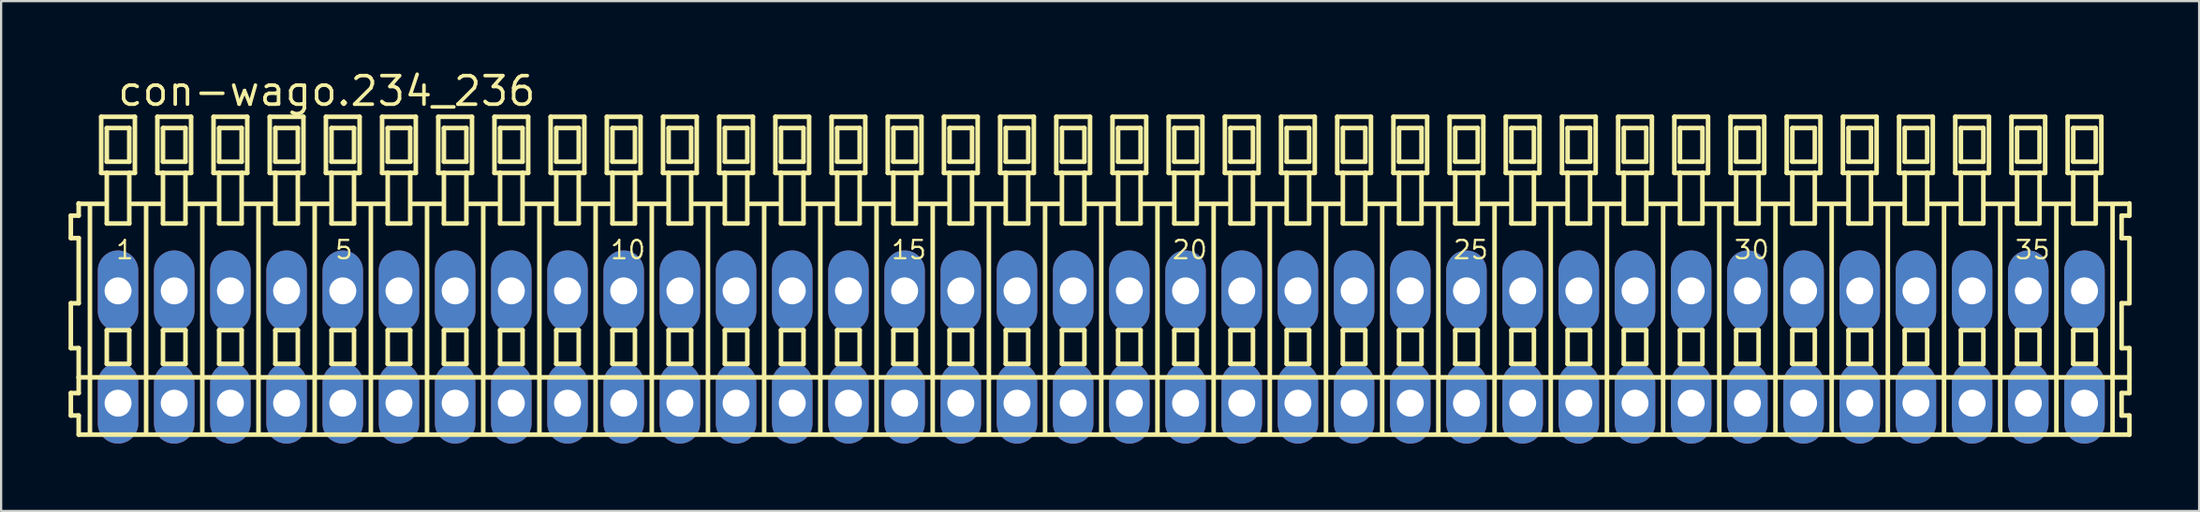
<source format=kicad_pcb>
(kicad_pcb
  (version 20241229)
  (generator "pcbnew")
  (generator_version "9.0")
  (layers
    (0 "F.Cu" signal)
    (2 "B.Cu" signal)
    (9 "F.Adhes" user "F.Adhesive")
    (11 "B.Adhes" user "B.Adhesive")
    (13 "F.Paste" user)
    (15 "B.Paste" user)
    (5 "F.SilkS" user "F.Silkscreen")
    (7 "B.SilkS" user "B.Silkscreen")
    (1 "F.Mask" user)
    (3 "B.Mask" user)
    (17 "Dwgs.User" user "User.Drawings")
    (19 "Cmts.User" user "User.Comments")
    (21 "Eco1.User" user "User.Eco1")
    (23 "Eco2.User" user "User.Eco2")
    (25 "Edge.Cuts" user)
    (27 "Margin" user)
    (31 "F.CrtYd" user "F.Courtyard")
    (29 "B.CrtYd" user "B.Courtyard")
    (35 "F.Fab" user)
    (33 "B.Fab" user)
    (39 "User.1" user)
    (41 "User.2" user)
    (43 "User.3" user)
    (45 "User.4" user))
  (footprint "con-wago.234_236"
    (layer "F.Cu")
    (at 45.952 12.4)
    (property "Reference" "con-wago.234_236" (at -43.85 -10.65 0) (layer "F.SilkS") (effects (font (size 1.27 1.27) (thickness 0.16)) (justify left bottom)))
    (attr through_hole)
    (fp_line (start -45.85 -5.85) (end -45.85 -4.85) (stroke (width 0.203) (type default)) (layer "F.SilkS"))
    (fp_line (start -45.85 -4.85) (end -45.5 -4.85) (stroke (width 0.203) (type default)) (layer "F.SilkS"))
    (fp_line (start -45.85 -1.95) (end -45.85 0.05) (stroke (width 0.203) (type default)) (layer "F.SilkS"))
    (fp_line (start -45.85 0.05) (end -45.5 0.05) (stroke (width 0.203) (type default)) (layer "F.SilkS"))
    (fp_line (start -45.85 2.05) (end -45.85 3.05) (stroke (width 0.203) (type default)) (layer "F.SilkS"))
    (fp_line (start -45.85 3.05) (end -45.5 3.05) (stroke (width 0.203) (type default)) (layer "F.SilkS"))
    (fp_line (start -45.5 -6.4) (end -45.5 -6.375) (stroke (width 0.203) (type default)) (layer "F.SilkS"))
    (fp_line (start -45.5 -6.375) (end -45.5 -5.85) (stroke (width 0.203) (type default)) (layer "F.SilkS"))
    (fp_line (start -45.5 -6.375) (end -44.375 -6.375) (stroke (width 0.203) (type default)) (layer "F.SilkS"))
    (fp_line (start -45.5 -5.85) (end -45.85 -5.85) (stroke (width 0.203) (type default)) (layer "F.SilkS"))
    (fp_line (start -45.5 -4.85) (end -45.5 -1.95) (stroke (width 0.203) (type default)) (layer "F.SilkS"))
    (fp_line (start -45.5 -1.95) (end -45.85 -1.95) (stroke (width 0.203) (type default)) (layer "F.SilkS"))
    (fp_line (start -45.5 0.05) (end -45.5 1.35) (stroke (width 0.203) (type default)) (layer "F.SilkS"))
    (fp_line (start -45.5 1.35) (end -45.5 2.05) (stroke (width 0.203) (type default)) (layer "F.SilkS"))
    (fp_line (start -45.5 1.35) (end 45.75 1.35) (stroke (width 0.203) (type default)) (layer "F.SilkS"))
    (fp_line (start -45.5 2.05) (end -45.85 2.05) (stroke (width 0.203) (type default)) (layer "F.SilkS"))
    (fp_line (start -45.5 3.05) (end -45.5 3.9) (stroke (width 0.203) (type default)) (layer "F.SilkS"))
    (fp_line (start -45.5 3.9) (end 45.75 3.9) (stroke (width 0.203) (type default)) (layer "F.SilkS"))
    (fp_line (start -45 -6.35) (end -45 3.8) (stroke (width 0.203) (type default)) (layer "F.SilkS"))
    (fp_line (start -44.5 -10.25) (end -44.5 -7.75) (stroke (width 0.203) (type default)) (layer "F.SilkS"))
    (fp_line (start -44.5 -7.75) (end -44.25 -7.75) (stroke (width 0.203) (type default)) (layer "F.SilkS"))
    (fp_line (start -44.25 -9.75) (end -44.25 -8.25) (stroke (width 0.203) (type default)) (layer "F.SilkS"))
    (fp_line (start -44.25 -8.25) (end -43.25 -8.25) (stroke (width 0.203) (type default)) (layer "F.SilkS"))
    (fp_line (start -44.25 -7.75) (end -44.25 -5.5) (stroke (width 0.203) (type default)) (layer "F.SilkS"))
    (fp_line (start -44.25 -7.75) (end -43.25 -7.75) (stroke (width 0.203) (type default)) (layer "F.SilkS"))
    (fp_line (start -44.25 -5.5) (end -43.25 -5.5) (stroke (width 0.203) (type default)) (layer "F.SilkS"))
    (fp_line (start -44.25 -0.75) (end -44.25 0.75) (stroke (width 0.203) (type default)) (layer "F.SilkS"))
    (fp_line (start -44.25 0.75) (end -43.25 0.75) (stroke (width 0.203) (type default)) (layer "F.SilkS"))
    (fp_line (start -43.25 -9.75) (end -44.25 -9.75) (stroke (width 0.203) (type default)) (layer "F.SilkS"))
    (fp_line (start -43.25 -8.25) (end -43.25 -9.75) (stroke (width 0.203) (type default)) (layer "F.SilkS"))
    (fp_line (start -43.25 -7.75) (end -43 -7.75) (stroke (width 0.203) (type default)) (layer "F.SilkS"))
    (fp_line (start -43.25 -5.5) (end -43.25 -7.75) (stroke (width 0.203) (type default)) (layer "F.SilkS"))
    (fp_line (start -43.25 -0.75) (end -44.25 -0.75) (stroke (width 0.203) (type default)) (layer "F.SilkS"))
    (fp_line (start -43.25 0.75) (end -43.25 -0.75) (stroke (width 0.203) (type default)) (layer "F.SilkS"))
    (fp_line (start -43.125 -6.375) (end -41.875 -6.375) (stroke (width 0.203) (type default)) (layer "F.SilkS"))
    (fp_line (start -43 -10.25) (end -44.5 -10.25) (stroke (width 0.203) (type default)) (layer "F.SilkS"))
    (fp_line (start -43 -7.75) (end -43 -10.25) (stroke (width 0.203) (type default)) (layer "F.SilkS"))
    (fp_line (start -42.5 -6.35) (end -42.5 3.8) (stroke (width 0.203) (type default)) (layer "F.SilkS"))
    (fp_line (start -42 -10.25) (end -42 -7.75) (stroke (width 0.203) (type default)) (layer "F.SilkS"))
    (fp_line (start -42 -7.75) (end -41.75 -7.75) (stroke (width 0.203) (type default)) (layer "F.SilkS"))
    (fp_line (start -41.75 -9.75) (end -41.75 -8.25) (stroke (width 0.203) (type default)) (layer "F.SilkS"))
    (fp_line (start -41.75 -8.25) (end -40.75 -8.25) (stroke (width 0.203) (type default)) (layer "F.SilkS"))
    (fp_line (start -41.75 -7.75) (end -41.75 -5.5) (stroke (width 0.203) (type default)) (layer "F.SilkS"))
    (fp_line (start -41.75 -7.75) (end -40.75 -7.75) (stroke (width 0.203) (type default)) (layer "F.SilkS"))
    (fp_line (start -41.75 -5.5) (end -40.75 -5.5) (stroke (width 0.203) (type default)) (layer "F.SilkS"))
    (fp_line (start -41.75 -0.75) (end -41.75 0.75) (stroke (width 0.203) (type default)) (layer "F.SilkS"))
    (fp_line (start -41.75 0.75) (end -40.75 0.75) (stroke (width 0.203) (type default)) (layer "F.SilkS"))
    (fp_line (start -40.75 -9.75) (end -41.75 -9.75) (stroke (width 0.203) (type default)) (layer "F.SilkS"))
    (fp_line (start -40.75 -8.25) (end -40.75 -9.75) (stroke (width 0.203) (type default)) (layer "F.SilkS"))
    (fp_line (start -40.75 -7.75) (end -40.5 -7.75) (stroke (width 0.203) (type default)) (layer "F.SilkS"))
    (fp_line (start -40.75 -5.5) (end -40.75 -7.75) (stroke (width 0.203) (type default)) (layer "F.SilkS"))
    (fp_line (start -40.75 -0.75) (end -41.75 -0.75) (stroke (width 0.203) (type default)) (layer "F.SilkS"))
    (fp_line (start -40.75 0.75) (end -40.75 -0.75) (stroke (width 0.203) (type default)) (layer "F.SilkS"))
    (fp_line (start -40.625 -6.375) (end -39.375 -6.375) (stroke (width 0.203) (type default)) (layer "F.SilkS"))
    (fp_line (start -40.5 -10.25) (end -42 -10.25) (stroke (width 0.203) (type default)) (layer "F.SilkS"))
    (fp_line (start -40.5 -7.75) (end -40.5 -10.25) (stroke (width 0.203) (type default)) (layer "F.SilkS"))
    (fp_line (start -40 -6.35) (end -40 3.8) (stroke (width 0.203) (type default)) (layer "F.SilkS"))
    (fp_line (start -39.5 -10.25) (end -39.5 -7.75) (stroke (width 0.203) (type default)) (layer "F.SilkS"))
    (fp_line (start -39.5 -7.75) (end -39.25 -7.75) (stroke (width 0.203) (type default)) (layer "F.SilkS"))
    (fp_line (start -39.25 -9.75) (end -39.25 -8.25) (stroke (width 0.203) (type default)) (layer "F.SilkS"))
    (fp_line (start -39.25 -8.25) (end -38.25 -8.25) (stroke (width 0.203) (type default)) (layer "F.SilkS"))
    (fp_line (start -39.25 -7.75) (end -39.25 -5.5) (stroke (width 0.203) (type default)) (layer "F.SilkS"))
    (fp_line (start -39.25 -7.75) (end -38.25 -7.75) (stroke (width 0.203) (type default)) (layer "F.SilkS"))
    (fp_line (start -39.25 -5.5) (end -38.25 -5.5) (stroke (width 0.203) (type default)) (layer "F.SilkS"))
    (fp_line (start -39.25 -0.75) (end -39.25 0.75) (stroke (width 0.203) (type default)) (layer "F.SilkS"))
    (fp_line (start -39.25 0.75) (end -38.25 0.75) (stroke (width 0.203) (type default)) (layer "F.SilkS"))
    (fp_line (start -38.25 -9.75) (end -39.25 -9.75) (stroke (width 0.203) (type default)) (layer "F.SilkS"))
    (fp_line (start -38.25 -8.25) (end -38.25 -9.75) (stroke (width 0.203) (type default)) (layer "F.SilkS"))
    (fp_line (start -38.25 -7.75) (end -38 -7.75) (stroke (width 0.203) (type default)) (layer "F.SilkS"))
    (fp_line (start -38.25 -5.5) (end -38.25 -7.75) (stroke (width 0.203) (type default)) (layer "F.SilkS"))
    (fp_line (start -38.25 -0.75) (end -39.25 -0.75) (stroke (width 0.203) (type default)) (layer "F.SilkS"))
    (fp_line (start -38.25 0.75) (end -38.25 -0.75) (stroke (width 0.203) (type default)) (layer "F.SilkS"))
    (fp_line (start -38.125 -6.375) (end -36.875 -6.375) (stroke (width 0.203) (type default)) (layer "F.SilkS"))
    (fp_line (start -38 -10.25) (end -39.5 -10.25) (stroke (width 0.203) (type default)) (layer "F.SilkS"))
    (fp_line (start -38 -7.75) (end -38 -10.25) (stroke (width 0.203) (type default)) (layer "F.SilkS"))
    (fp_line (start -37.5 -6.35) (end -37.5 3.8) (stroke (width 0.203) (type default)) (layer "F.SilkS"))
    (fp_line (start -37 -10.25) (end -37 -7.75) (stroke (width 0.203) (type default)) (layer "F.SilkS"))
    (fp_line (start -37 -7.75) (end -36.75 -7.75) (stroke (width 0.203) (type default)) (layer "F.SilkS"))
    (fp_line (start -36.75 -9.75) (end -36.75 -8.25) (stroke (width 0.203) (type default)) (layer "F.SilkS"))
    (fp_line (start -36.75 -8.25) (end -35.75 -8.25) (stroke (width 0.203) (type default)) (layer "F.SilkS"))
    (fp_line (start -36.75 -7.75) (end -36.75 -5.5) (stroke (width 0.203) (type default)) (layer "F.SilkS"))
    (fp_line (start -36.75 -7.75) (end -35.75 -7.75) (stroke (width 0.203) (type default)) (layer "F.SilkS"))
    (fp_line (start -36.75 -5.5) (end -35.75 -5.5) (stroke (width 0.203) (type default)) (layer "F.SilkS"))
    (fp_line (start -36.75 -0.75) (end -36.75 0.75) (stroke (width 0.203) (type default)) (layer "F.SilkS"))
    (fp_line (start -36.75 0.75) (end -35.75 0.75) (stroke (width 0.203) (type default)) (layer "F.SilkS"))
    (fp_line (start -35.75 -9.75) (end -36.75 -9.75) (stroke (width 0.203) (type default)) (layer "F.SilkS"))
    (fp_line (start -35.75 -8.25) (end -35.75 -9.75) (stroke (width 0.203) (type default)) (layer "F.SilkS"))
    (fp_line (start -35.75 -7.75) (end -35.5 -7.75) (stroke (width 0.203) (type default)) (layer "F.SilkS"))
    (fp_line (start -35.75 -5.5) (end -35.75 -7.75) (stroke (width 0.203) (type default)) (layer "F.SilkS"))
    (fp_line (start -35.75 -0.75) (end -36.75 -0.75) (stroke (width 0.203) (type default)) (layer "F.SilkS"))
    (fp_line (start -35.75 0.75) (end -35.75 -0.75) (stroke (width 0.203) (type default)) (layer "F.SilkS"))
    (fp_line (start -35.625 -6.375) (end -34.375 -6.375) (stroke (width 0.203) (type default)) (layer "F.SilkS"))
    (fp_line (start -35.5 -10.25) (end -37 -10.25) (stroke (width 0.203) (type default)) (layer "F.SilkS"))
    (fp_line (start -35.5 -7.75) (end -35.5 -10.25) (stroke (width 0.203) (type default)) (layer "F.SilkS"))
    (fp_line (start -35 -6.35) (end -35 3.8) (stroke (width 0.203) (type default)) (layer "F.SilkS"))
    (fp_line (start -34.5 -10.25) (end -34.5 -7.75) (stroke (width 0.203) (type default)) (layer "F.SilkS"))
    (fp_line (start -34.5 -7.75) (end -34.25 -7.75) (stroke (width 0.203) (type default)) (layer "F.SilkS"))
    (fp_line (start -34.25 -9.75) (end -34.25 -8.25) (stroke (width 0.203) (type default)) (layer "F.SilkS"))
    (fp_line (start -34.25 -8.25) (end -33.25 -8.25) (stroke (width 0.203) (type default)) (layer "F.SilkS"))
    (fp_line (start -34.25 -7.75) (end -34.25 -5.5) (stroke (width 0.203) (type default)) (layer "F.SilkS"))
    (fp_line (start -34.25 -7.75) (end -33.25 -7.75) (stroke (width 0.203) (type default)) (layer "F.SilkS"))
    (fp_line (start -34.25 -5.5) (end -33.25 -5.5) (stroke (width 0.203) (type default)) (layer "F.SilkS"))
    (fp_line (start -34.25 -0.75) (end -34.25 0.75) (stroke (width 0.203) (type default)) (layer "F.SilkS"))
    (fp_line (start -34.25 0.75) (end -33.25 0.75) (stroke (width 0.203) (type default)) (layer "F.SilkS"))
    (fp_line (start -33.25 -9.75) (end -34.25 -9.75) (stroke (width 0.203) (type default)) (layer "F.SilkS"))
    (fp_line (start -33.25 -8.25) (end -33.25 -9.75) (stroke (width 0.203) (type default)) (layer "F.SilkS"))
    (fp_line (start -33.25 -7.75) (end -33 -7.75) (stroke (width 0.203) (type default)) (layer "F.SilkS"))
    (fp_line (start -33.25 -5.5) (end -33.25 -7.75) (stroke (width 0.203) (type default)) (layer "F.SilkS"))
    (fp_line (start -33.25 -0.75) (end -34.25 -0.75) (stroke (width 0.203) (type default)) (layer "F.SilkS"))
    (fp_line (start -33.25 0.75) (end -33.25 -0.75) (stroke (width 0.203) (type default)) (layer "F.SilkS"))
    (fp_line (start -33.125 -6.375) (end -31.875 -6.375) (stroke (width 0.203) (type default)) (layer "F.SilkS"))
    (fp_line (start -33 -10.25) (end -34.5 -10.25) (stroke (width 0.203) (type default)) (layer "F.SilkS"))
    (fp_line (start -33 -7.75) (end -33 -10.25) (stroke (width 0.203) (type default)) (layer "F.SilkS"))
    (fp_line (start -32.5 -6.35) (end -32.5 3.8) (stroke (width 0.203) (type default)) (layer "F.SilkS"))
    (fp_line (start -32 -10.25) (end -32 -7.75) (stroke (width 0.203) (type default)) (layer "F.SilkS"))
    (fp_line (start -32 -7.75) (end -31.75 -7.75) (stroke (width 0.203) (type default)) (layer "F.SilkS"))
    (fp_line (start -31.75 -9.75) (end -31.75 -8.25) (stroke (width 0.203) (type default)) (layer "F.SilkS"))
    (fp_line (start -31.75 -8.25) (end -30.75 -8.25) (stroke (width 0.203) (type default)) (layer "F.SilkS"))
    (fp_line (start -31.75 -7.75) (end -31.75 -5.5) (stroke (width 0.203) (type default)) (layer "F.SilkS"))
    (fp_line (start -31.75 -7.75) (end -30.75 -7.75) (stroke (width 0.203) (type default)) (layer "F.SilkS"))
    (fp_line (start -31.75 -5.5) (end -30.75 -5.5) (stroke (width 0.203) (type default)) (layer "F.SilkS"))
    (fp_line (start -31.75 -0.75) (end -31.75 0.75) (stroke (width 0.203) (type default)) (layer "F.SilkS"))
    (fp_line (start -31.75 0.75) (end -30.75 0.75) (stroke (width 0.203) (type default)) (layer "F.SilkS"))
    (fp_line (start -30.75 -9.75) (end -31.75 -9.75) (stroke (width 0.203) (type default)) (layer "F.SilkS"))
    (fp_line (start -30.75 -8.25) (end -30.75 -9.75) (stroke (width 0.203) (type default)) (layer "F.SilkS"))
    (fp_line (start -30.75 -7.75) (end -30.5 -7.75) (stroke (width 0.203) (type default)) (layer "F.SilkS"))
    (fp_line (start -30.75 -5.5) (end -30.75 -7.75) (stroke (width 0.203) (type default)) (layer "F.SilkS"))
    (fp_line (start -30.75 -0.75) (end -31.75 -0.75) (stroke (width 0.203) (type default)) (layer "F.SilkS"))
    (fp_line (start -30.75 0.75) (end -30.75 -0.75) (stroke (width 0.203) (type default)) (layer "F.SilkS"))
    (fp_line (start -30.625 -6.375) (end -29.375 -6.375) (stroke (width 0.203) (type default)) (layer "F.SilkS"))
    (fp_line (start -30.5 -10.25) (end -32 -10.25) (stroke (width 0.203) (type default)) (layer "F.SilkS"))
    (fp_line (start -30.5 -7.75) (end -30.5 -10.25) (stroke (width 0.203) (type default)) (layer "F.SilkS"))
    (fp_line (start -30 -6.35) (end -30 3.8) (stroke (width 0.203) (type default)) (layer "F.SilkS"))
    (fp_line (start -29.5 -10.25) (end -29.5 -7.75) (stroke (width 0.203) (type default)) (layer "F.SilkS"))
    (fp_line (start -29.5 -7.75) (end -29.25 -7.75) (stroke (width 0.203) (type default)) (layer "F.SilkS"))
    (fp_line (start -29.25 -9.75) (end -29.25 -8.25) (stroke (width 0.203) (type default)) (layer "F.SilkS"))
    (fp_line (start -29.25 -8.25) (end -28.25 -8.25) (stroke (width 0.203) (type default)) (layer "F.SilkS"))
    (fp_line (start -29.25 -7.75) (end -29.25 -5.5) (stroke (width 0.203) (type default)) (layer "F.SilkS"))
    (fp_line (start -29.25 -7.75) (end -28.25 -7.75) (stroke (width 0.203) (type default)) (layer "F.SilkS"))
    (fp_line (start -29.25 -5.5) (end -28.25 -5.5) (stroke (width 0.203) (type default)) (layer "F.SilkS"))
    (fp_line (start -29.25 -0.75) (end -29.25 0.75) (stroke (width 0.203) (type default)) (layer "F.SilkS"))
    (fp_line (start -29.25 0.75) (end -28.25 0.75) (stroke (width 0.203) (type default)) (layer "F.SilkS"))
    (fp_line (start -28.25 -9.75) (end -29.25 -9.75) (stroke (width 0.203) (type default)) (layer "F.SilkS"))
    (fp_line (start -28.25 -8.25) (end -28.25 -9.75) (stroke (width 0.203) (type default)) (layer "F.SilkS"))
    (fp_line (start -28.25 -7.75) (end -28 -7.75) (stroke (width 0.203) (type default)) (layer "F.SilkS"))
    (fp_line (start -28.25 -5.5) (end -28.25 -7.75) (stroke (width 0.203) (type default)) (layer "F.SilkS"))
    (fp_line (start -28.25 -0.75) (end -29.25 -0.75) (stroke (width 0.203) (type default)) (layer "F.SilkS"))
    (fp_line (start -28.25 0.75) (end -28.25 -0.75) (stroke (width 0.203) (type default)) (layer "F.SilkS"))
    (fp_line (start -28.125 -6.375) (end -26.875 -6.375) (stroke (width 0.203) (type default)) (layer "F.SilkS"))
    (fp_line (start -28 -10.25) (end -29.5 -10.25) (stroke (width 0.203) (type default)) (layer "F.SilkS"))
    (fp_line (start -28 -7.75) (end -28 -10.25) (stroke (width 0.203) (type default)) (layer "F.SilkS"))
    (fp_line (start -27.5 -6.35) (end -27.5 3.8) (stroke (width 0.203) (type default)) (layer "F.SilkS"))
    (fp_line (start -27 -10.25) (end -27 -7.75) (stroke (width 0.203) (type default)) (layer "F.SilkS"))
    (fp_line (start -27 -7.75) (end -26.75 -7.75) (stroke (width 0.203) (type default)) (layer "F.SilkS"))
    (fp_line (start -26.75 -9.75) (end -26.75 -8.25) (stroke (width 0.203) (type default)) (layer "F.SilkS"))
    (fp_line (start -26.75 -8.25) (end -25.75 -8.25) (stroke (width 0.203) (type default)) (layer "F.SilkS"))
    (fp_line (start -26.75 -7.75) (end -26.75 -5.5) (stroke (width 0.203) (type default)) (layer "F.SilkS"))
    (fp_line (start -26.75 -7.75) (end -25.75 -7.75) (stroke (width 0.203) (type default)) (layer "F.SilkS"))
    (fp_line (start -26.75 -5.5) (end -25.75 -5.5) (stroke (width 0.203) (type default)) (layer "F.SilkS"))
    (fp_line (start -26.75 -0.75) (end -26.75 0.75) (stroke (width 0.203) (type default)) (layer "F.SilkS"))
    (fp_line (start -26.75 0.75) (end -25.75 0.75) (stroke (width 0.203) (type default)) (layer "F.SilkS"))
    (fp_line (start -25.75 -9.75) (end -26.75 -9.75) (stroke (width 0.203) (type default)) (layer "F.SilkS"))
    (fp_line (start -25.75 -8.25) (end -25.75 -9.75) (stroke (width 0.203) (type default)) (layer "F.SilkS"))
    (fp_line (start -25.75 -7.75) (end -25.5 -7.75) (stroke (width 0.203) (type default)) (layer "F.SilkS"))
    (fp_line (start -25.75 -5.5) (end -25.75 -7.75) (stroke (width 0.203) (type default)) (layer "F.SilkS"))
    (fp_line (start -25.75 -0.75) (end -26.75 -0.75) (stroke (width 0.203) (type default)) (layer "F.SilkS"))
    (fp_line (start -25.75 0.75) (end -25.75 -0.75) (stroke (width 0.203) (type default)) (layer "F.SilkS"))
    (fp_line (start -25.625 -6.375) (end -24.375 -6.375) (stroke (width 0.203) (type default)) (layer "F.SilkS"))
    (fp_line (start -25.5 -10.25) (end -27 -10.25) (stroke (width 0.203) (type default)) (layer "F.SilkS"))
    (fp_line (start -25.5 -7.75) (end -25.5 -10.25) (stroke (width 0.203) (type default)) (layer "F.SilkS"))
    (fp_line (start -25 -6.35) (end -25 3.8) (stroke (width 0.203) (type default)) (layer "F.SilkS"))
    (fp_line (start -24.5 -10.25) (end -24.5 -7.75) (stroke (width 0.203) (type default)) (layer "F.SilkS"))
    (fp_line (start -24.5 -7.75) (end -24.25 -7.75) (stroke (width 0.203) (type default)) (layer "F.SilkS"))
    (fp_line (start -24.25 -9.75) (end -24.25 -8.25) (stroke (width 0.203) (type default)) (layer "F.SilkS"))
    (fp_line (start -24.25 -8.25) (end -23.25 -8.25) (stroke (width 0.203) (type default)) (layer "F.SilkS"))
    (fp_line (start -24.25 -7.75) (end -24.25 -5.5) (stroke (width 0.203) (type default)) (layer "F.SilkS"))
    (fp_line (start -24.25 -7.75) (end -23.25 -7.75) (stroke (width 0.203) (type default)) (layer "F.SilkS"))
    (fp_line (start -24.25 -5.5) (end -23.25 -5.5) (stroke (width 0.203) (type default)) (layer "F.SilkS"))
    (fp_line (start -24.25 -0.75) (end -24.25 0.75) (stroke (width 0.203) (type default)) (layer "F.SilkS"))
    (fp_line (start -24.25 0.75) (end -23.25 0.75) (stroke (width 0.203) (type default)) (layer "F.SilkS"))
    (fp_line (start -23.25 -9.75) (end -24.25 -9.75) (stroke (width 0.203) (type default)) (layer "F.SilkS"))
    (fp_line (start -23.25 -8.25) (end -23.25 -9.75) (stroke (width 0.203) (type default)) (layer "F.SilkS"))
    (fp_line (start -23.25 -7.75) (end -23 -7.75) (stroke (width 0.203) (type default)) (layer "F.SilkS"))
    (fp_line (start -23.25 -5.5) (end -23.25 -7.75) (stroke (width 0.203) (type default)) (layer "F.SilkS"))
    (fp_line (start -23.25 -0.75) (end -24.25 -0.75) (stroke (width 0.203) (type default)) (layer "F.SilkS"))
    (fp_line (start -23.25 0.75) (end -23.25 -0.75) (stroke (width 0.203) (type default)) (layer "F.SilkS"))
    (fp_line (start -23.125 -6.375) (end -21.875 -6.375) (stroke (width 0.203) (type default)) (layer "F.SilkS"))
    (fp_line (start -23 -10.25) (end -24.5 -10.25) (stroke (width 0.203) (type default)) (layer "F.SilkS"))
    (fp_line (start -23 -7.75) (end -23 -10.25) (stroke (width 0.203) (type default)) (layer "F.SilkS"))
    (fp_line (start -22.5 -6.35) (end -22.5 3.8) (stroke (width 0.203) (type default)) (layer "F.SilkS"))
    (fp_line (start -22 -10.25) (end -22 -7.75) (stroke (width 0.203) (type default)) (layer "F.SilkS"))
    (fp_line (start -22 -7.75) (end -21.75 -7.75) (stroke (width 0.203) (type default)) (layer "F.SilkS"))
    (fp_line (start -21.75 -9.75) (end -21.75 -8.25) (stroke (width 0.203) (type default)) (layer "F.SilkS"))
    (fp_line (start -21.75 -8.25) (end -20.75 -8.25) (stroke (width 0.203) (type default)) (layer "F.SilkS"))
    (fp_line (start -21.75 -7.75) (end -21.75 -5.5) (stroke (width 0.203) (type default)) (layer "F.SilkS"))
    (fp_line (start -21.75 -7.75) (end -20.75 -7.75) (stroke (width 0.203) (type default)) (layer "F.SilkS"))
    (fp_line (start -21.75 -5.5) (end -20.75 -5.5) (stroke (width 0.203) (type default)) (layer "F.SilkS"))
    (fp_line (start -21.75 -0.75) (end -21.75 0.75) (stroke (width 0.203) (type default)) (layer "F.SilkS"))
    (fp_line (start -21.75 0.75) (end -20.75 0.75) (stroke (width 0.203) (type default)) (layer "F.SilkS"))
    (fp_line (start -20.75 -9.75) (end -21.75 -9.75) (stroke (width 0.203) (type default)) (layer "F.SilkS"))
    (fp_line (start -20.75 -8.25) (end -20.75 -9.75) (stroke (width 0.203) (type default)) (layer "F.SilkS"))
    (fp_line (start -20.75 -7.75) (end -20.5 -7.75) (stroke (width 0.203) (type default)) (layer "F.SilkS"))
    (fp_line (start -20.75 -5.5) (end -20.75 -7.75) (stroke (width 0.203) (type default)) (layer "F.SilkS"))
    (fp_line (start -20.75 -0.75) (end -21.75 -0.75) (stroke (width 0.203) (type default)) (layer "F.SilkS"))
    (fp_line (start -20.75 0.75) (end -20.75 -0.75) (stroke (width 0.203) (type default)) (layer "F.SilkS"))
    (fp_line (start -20.625 -6.375) (end -19.375 -6.375) (stroke (width 0.203) (type default)) (layer "F.SilkS"))
    (fp_line (start -20.5 -10.25) (end -22 -10.25) (stroke (width 0.203) (type default)) (layer "F.SilkS"))
    (fp_line (start -20.5 -7.75) (end -20.5 -10.25) (stroke (width 0.203) (type default)) (layer "F.SilkS"))
    (fp_line (start -20 -6.35) (end -20 3.8) (stroke (width 0.203) (type default)) (layer "F.SilkS"))
    (fp_line (start -19.5 -10.25) (end -19.5 -7.75) (stroke (width 0.203) (type default)) (layer "F.SilkS"))
    (fp_line (start -19.5 -7.75) (end -19.25 -7.75) (stroke (width 0.203) (type default)) (layer "F.SilkS"))
    (fp_line (start -19.25 -9.75) (end -19.25 -8.25) (stroke (width 0.203) (type default)) (layer "F.SilkS"))
    (fp_line (start -19.25 -8.25) (end -18.25 -8.25) (stroke (width 0.203) (type default)) (layer "F.SilkS"))
    (fp_line (start -19.25 -7.75) (end -19.25 -5.5) (stroke (width 0.203) (type default)) (layer "F.SilkS"))
    (fp_line (start -19.25 -7.75) (end -18.25 -7.75) (stroke (width 0.203) (type default)) (layer "F.SilkS"))
    (fp_line (start -19.25 -5.5) (end -18.25 -5.5) (stroke (width 0.203) (type default)) (layer "F.SilkS"))
    (fp_line (start -19.25 -0.75) (end -19.25 0.75) (stroke (width 0.203) (type default)) (layer "F.SilkS"))
    (fp_line (start -19.25 0.75) (end -18.25 0.75) (stroke (width 0.203) (type default)) (layer "F.SilkS"))
    (fp_line (start -18.25 -9.75) (end -19.25 -9.75) (stroke (width 0.203) (type default)) (layer "F.SilkS"))
    (fp_line (start -18.25 -8.25) (end -18.25 -9.75) (stroke (width 0.203) (type default)) (layer "F.SilkS"))
    (fp_line (start -18.25 -7.75) (end -18 -7.75) (stroke (width 0.203) (type default)) (layer "F.SilkS"))
    (fp_line (start -18.25 -5.5) (end -18.25 -7.75) (stroke (width 0.203) (type default)) (layer "F.SilkS"))
    (fp_line (start -18.25 -0.75) (end -19.25 -0.75) (stroke (width 0.203) (type default)) (layer "F.SilkS"))
    (fp_line (start -18.25 0.75) (end -18.25 -0.75) (stroke (width 0.203) (type default)) (layer "F.SilkS"))
    (fp_line (start -18.125 -6.375) (end -16.875 -6.375) (stroke (width 0.203) (type default)) (layer "F.SilkS"))
    (fp_line (start -18 -10.25) (end -19.5 -10.25) (stroke (width 0.203) (type default)) (layer "F.SilkS"))
    (fp_line (start -18 -7.75) (end -18 -10.25) (stroke (width 0.203) (type default)) (layer "F.SilkS"))
    (fp_line (start -17.5 -6.35) (end -17.5 3.8) (stroke (width 0.203) (type default)) (layer "F.SilkS"))
    (fp_line (start -17 -10.25) (end -17 -7.75) (stroke (width 0.203) (type default)) (layer "F.SilkS"))
    (fp_line (start -17 -7.75) (end -16.75 -7.75) (stroke (width 0.203) (type default)) (layer "F.SilkS"))
    (fp_line (start -16.75 -9.75) (end -16.75 -8.25) (stroke (width 0.203) (type default)) (layer "F.SilkS"))
    (fp_line (start -16.75 -8.25) (end -15.75 -8.25) (stroke (width 0.203) (type default)) (layer "F.SilkS"))
    (fp_line (start -16.75 -7.75) (end -16.75 -5.5) (stroke (width 0.203) (type default)) (layer "F.SilkS"))
    (fp_line (start -16.75 -7.75) (end -15.75 -7.75) (stroke (width 0.203) (type default)) (layer "F.SilkS"))
    (fp_line (start -16.75 -5.5) (end -15.75 -5.5) (stroke (width 0.203) (type default)) (layer "F.SilkS"))
    (fp_line (start -16.75 -0.75) (end -16.75 0.75) (stroke (width 0.203) (type default)) (layer "F.SilkS"))
    (fp_line (start -16.75 0.75) (end -15.75 0.75) (stroke (width 0.203) (type default)) (layer "F.SilkS"))
    (fp_line (start -15.75 -9.75) (end -16.75 -9.75) (stroke (width 0.203) (type default)) (layer "F.SilkS"))
    (fp_line (start -15.75 -8.25) (end -15.75 -9.75) (stroke (width 0.203) (type default)) (layer "F.SilkS"))
    (fp_line (start -15.75 -7.75) (end -15.5 -7.75) (stroke (width 0.203) (type default)) (layer "F.SilkS"))
    (fp_line (start -15.75 -5.5) (end -15.75 -7.75) (stroke (width 0.203) (type default)) (layer "F.SilkS"))
    (fp_line (start -15.75 -0.75) (end -16.75 -0.75) (stroke (width 0.203) (type default)) (layer "F.SilkS"))
    (fp_line (start -15.75 0.75) (end -15.75 -0.75) (stroke (width 0.203) (type default)) (layer "F.SilkS"))
    (fp_line (start -15.625 -6.375) (end -14.375 -6.375) (stroke (width 0.203) (type default)) (layer "F.SilkS"))
    (fp_line (start -15.5 -10.25) (end -17 -10.25) (stroke (width 0.203) (type default)) (layer "F.SilkS"))
    (fp_line (start -15.5 -7.75) (end -15.5 -10.25) (stroke (width 0.203) (type default)) (layer "F.SilkS"))
    (fp_line (start -15 -6.35) (end -15 3.8) (stroke (width 0.203) (type default)) (layer "F.SilkS"))
    (fp_line (start -14.5 -10.25) (end -14.5 -7.75) (stroke (width 0.203) (type default)) (layer "F.SilkS"))
    (fp_line (start -14.5 -7.75) (end -14.25 -7.75) (stroke (width 0.203) (type default)) (layer "F.SilkS"))
    (fp_line (start -14.25 -9.75) (end -14.25 -8.25) (stroke (width 0.203) (type default)) (layer "F.SilkS"))
    (fp_line (start -14.25 -8.25) (end -13.25 -8.25) (stroke (width 0.203) (type default)) (layer "F.SilkS"))
    (fp_line (start -14.25 -7.75) (end -14.25 -5.5) (stroke (width 0.203) (type default)) (layer "F.SilkS"))
    (fp_line (start -14.25 -7.75) (end -13.25 -7.75) (stroke (width 0.203) (type default)) (layer "F.SilkS"))
    (fp_line (start -14.25 -5.5) (end -13.25 -5.5) (stroke (width 0.203) (type default)) (layer "F.SilkS"))
    (fp_line (start -14.25 -0.75) (end -14.25 0.75) (stroke (width 0.203) (type default)) (layer "F.SilkS"))
    (fp_line (start -14.25 0.75) (end -13.25 0.75) (stroke (width 0.203) (type default)) (layer "F.SilkS"))
    (fp_line (start -13.25 -9.75) (end -14.25 -9.75) (stroke (width 0.203) (type default)) (layer "F.SilkS"))
    (fp_line (start -13.25 -8.25) (end -13.25 -9.75) (stroke (width 0.203) (type default)) (layer "F.SilkS"))
    (fp_line (start -13.25 -7.75) (end -13 -7.75) (stroke (width 0.203) (type default)) (layer "F.SilkS"))
    (fp_line (start -13.25 -5.5) (end -13.25 -7.75) (stroke (width 0.203) (type default)) (layer "F.SilkS"))
    (fp_line (start -13.25 -0.75) (end -14.25 -0.75) (stroke (width 0.203) (type default)) (layer "F.SilkS"))
    (fp_line (start -13.25 0.75) (end -13.25 -0.75) (stroke (width 0.203) (type default)) (layer "F.SilkS"))
    (fp_line (start -13.125 -6.375) (end -11.875 -6.375) (stroke (width 0.203) (type default)) (layer "F.SilkS"))
    (fp_line (start -13 -10.25) (end -14.5 -10.25) (stroke (width 0.203) (type default)) (layer "F.SilkS"))
    (fp_line (start -13 -7.75) (end -13 -10.25) (stroke (width 0.203) (type default)) (layer "F.SilkS"))
    (fp_line (start -12.5 -6.35) (end -12.5 3.8) (stroke (width 0.203) (type default)) (layer "F.SilkS"))
    (fp_line (start -12 -10.25) (end -12 -7.75) (stroke (width 0.203) (type default)) (layer "F.SilkS"))
    (fp_line (start -12 -7.75) (end -11.75 -7.75) (stroke (width 0.203) (type default)) (layer "F.SilkS"))
    (fp_line (start -11.75 -9.75) (end -11.75 -8.25) (stroke (width 0.203) (type default)) (layer "F.SilkS"))
    (fp_line (start -11.75 -8.25) (end -10.75 -8.25) (stroke (width 0.203) (type default)) (layer "F.SilkS"))
    (fp_line (start -11.75 -7.75) (end -11.75 -5.5) (stroke (width 0.203) (type default)) (layer "F.SilkS"))
    (fp_line (start -11.75 -7.75) (end -10.75 -7.75) (stroke (width 0.203) (type default)) (layer "F.SilkS"))
    (fp_line (start -11.75 -5.5) (end -10.75 -5.5) (stroke (width 0.203) (type default)) (layer "F.SilkS"))
    (fp_line (start -11.75 -0.75) (end -11.75 0.75) (stroke (width 0.203) (type default)) (layer "F.SilkS"))
    (fp_line (start -11.75 0.75) (end -10.75 0.75) (stroke (width 0.203) (type default)) (layer "F.SilkS"))
    (fp_line (start -10.75 -9.75) (end -11.75 -9.75) (stroke (width 0.203) (type default)) (layer "F.SilkS"))
    (fp_line (start -10.75 -8.25) (end -10.75 -9.75) (stroke (width 0.203) (type default)) (layer "F.SilkS"))
    (fp_line (start -10.75 -7.75) (end -10.5 -7.75) (stroke (width 0.203) (type default)) (layer "F.SilkS"))
    (fp_line (start -10.75 -5.5) (end -10.75 -7.75) (stroke (width 0.203) (type default)) (layer "F.SilkS"))
    (fp_line (start -10.75 -0.75) (end -11.75 -0.75) (stroke (width 0.203) (type default)) (layer "F.SilkS"))
    (fp_line (start -10.75 0.75) (end -10.75 -0.75) (stroke (width 0.203) (type default)) (layer "F.SilkS"))
    (fp_line (start -10.625 -6.375) (end -9.375 -6.375) (stroke (width 0.203) (type default)) (layer "F.SilkS"))
    (fp_line (start -10.5 -10.25) (end -12 -10.25) (stroke (width 0.203) (type default)) (layer "F.SilkS"))
    (fp_line (start -10.5 -7.75) (end -10.5 -10.25) (stroke (width 0.203) (type default)) (layer "F.SilkS"))
    (fp_line (start -10 -6.35) (end -10 3.8) (stroke (width 0.203) (type default)) (layer "F.SilkS"))
    (fp_line (start -9.5 -10.25) (end -9.5 -7.75) (stroke (width 0.203) (type default)) (layer "F.SilkS"))
    (fp_line (start -9.5 -7.75) (end -9.25 -7.75) (stroke (width 0.203) (type default)) (layer "F.SilkS"))
    (fp_line (start -9.25 -9.75) (end -9.25 -8.25) (stroke (width 0.203) (type default)) (layer "F.SilkS"))
    (fp_line (start -9.25 -8.25) (end -8.25 -8.25) (stroke (width 0.203) (type default)) (layer "F.SilkS"))
    (fp_line (start -9.25 -7.75) (end -9.25 -5.5) (stroke (width 0.203) (type default)) (layer "F.SilkS"))
    (fp_line (start -9.25 -7.75) (end -8.25 -7.75) (stroke (width 0.203) (type default)) (layer "F.SilkS"))
    (fp_line (start -9.25 -5.5) (end -8.25 -5.5) (stroke (width 0.203) (type default)) (layer "F.SilkS"))
    (fp_line (start -9.25 -0.75) (end -9.25 0.75) (stroke (width 0.203) (type default)) (layer "F.SilkS"))
    (fp_line (start -9.25 0.75) (end -8.25 0.75) (stroke (width 0.203) (type default)) (layer "F.SilkS"))
    (fp_line (start -8.25 -9.75) (end -9.25 -9.75) (stroke (width 0.203) (type default)) (layer "F.SilkS"))
    (fp_line (start -8.25 -8.25) (end -8.25 -9.75) (stroke (width 0.203) (type default)) (layer "F.SilkS"))
    (fp_line (start -8.25 -7.75) (end -8 -7.75) (stroke (width 0.203) (type default)) (layer "F.SilkS"))
    (fp_line (start -8.25 -5.5) (end -8.25 -7.75) (stroke (width 0.203) (type default)) (layer "F.SilkS"))
    (fp_line (start -8.25 -0.75) (end -9.25 -0.75) (stroke (width 0.203) (type default)) (layer "F.SilkS"))
    (fp_line (start -8.25 0.75) (end -8.25 -0.75) (stroke (width 0.203) (type default)) (layer "F.SilkS"))
    (fp_line (start -8.125 -6.375) (end -6.875 -6.375) (stroke (width 0.203) (type default)) (layer "F.SilkS"))
    (fp_line (start -8 -10.25) (end -9.5 -10.25) (stroke (width 0.203) (type default)) (layer "F.SilkS"))
    (fp_line (start -8 -7.75) (end -8 -10.25) (stroke (width 0.203) (type default)) (layer "F.SilkS"))
    (fp_line (start -7.5 -6.35) (end -7.5 3.8) (stroke (width 0.203) (type default)) (layer "F.SilkS"))
    (fp_line (start -7 -10.25) (end -7 -7.75) (stroke (width 0.203) (type default)) (layer "F.SilkS"))
    (fp_line (start -7 -7.75) (end -6.75 -7.75) (stroke (width 0.203) (type default)) (layer "F.SilkS"))
    (fp_line (start -6.75 -9.75) (end -6.75 -8.25) (stroke (width 0.203) (type default)) (layer "F.SilkS"))
    (fp_line (start -6.75 -8.25) (end -5.75 -8.25) (stroke (width 0.203) (type default)) (layer "F.SilkS"))
    (fp_line (start -6.75 -7.75) (end -6.75 -5.5) (stroke (width 0.203) (type default)) (layer "F.SilkS"))
    (fp_line (start -6.75 -7.75) (end -5.75 -7.75) (stroke (width 0.203) (type default)) (layer "F.SilkS"))
    (fp_line (start -6.75 -5.5) (end -5.75 -5.5) (stroke (width 0.203) (type default)) (layer "F.SilkS"))
    (fp_line (start -6.75 -0.75) (end -6.75 0.75) (stroke (width 0.203) (type default)) (layer "F.SilkS"))
    (fp_line (start -6.75 0.75) (end -5.75 0.75) (stroke (width 0.203) (type default)) (layer "F.SilkS"))
    (fp_line (start -5.75 -9.75) (end -6.75 -9.75) (stroke (width 0.203) (type default)) (layer "F.SilkS"))
    (fp_line (start -5.75 -8.25) (end -5.75 -9.75) (stroke (width 0.203) (type default)) (layer "F.SilkS"))
    (fp_line (start -5.75 -7.75) (end -5.5 -7.75) (stroke (width 0.203) (type default)) (layer "F.SilkS"))
    (fp_line (start -5.75 -5.5) (end -5.75 -7.75) (stroke (width 0.203) (type default)) (layer "F.SilkS"))
    (fp_line (start -5.75 -0.75) (end -6.75 -0.75) (stroke (width 0.203) (type default)) (layer "F.SilkS"))
    (fp_line (start -5.75 0.75) (end -5.75 -0.75) (stroke (width 0.203) (type default)) (layer "F.SilkS"))
    (fp_line (start -5.625 -6.375) (end -4.375 -6.375) (stroke (width 0.203) (type default)) (layer "F.SilkS"))
    (fp_line (start -5.5 -10.25) (end -7 -10.25) (stroke (width 0.203) (type default)) (layer "F.SilkS"))
    (fp_line (start -5.5 -7.75) (end -5.5 -10.25) (stroke (width 0.203) (type default)) (layer "F.SilkS"))
    (fp_line (start -5 -6.35) (end -5 3.8) (stroke (width 0.203) (type default)) (layer "F.SilkS"))
    (fp_line (start -4.5 -10.25) (end -4.5 -7.75) (stroke (width 0.203) (type default)) (layer "F.SilkS"))
    (fp_line (start -4.5 -7.75) (end -4.25 -7.75) (stroke (width 0.203) (type default)) (layer "F.SilkS"))
    (fp_line (start -4.25 -9.75) (end -4.25 -8.25) (stroke (width 0.203) (type default)) (layer "F.SilkS"))
    (fp_line (start -4.25 -8.25) (end -3.25 -8.25) (stroke (width 0.203) (type default)) (layer "F.SilkS"))
    (fp_line (start -4.25 -7.75) (end -4.25 -5.5) (stroke (width 0.203) (type default)) (layer "F.SilkS"))
    (fp_line (start -4.25 -7.75) (end -3.25 -7.75) (stroke (width 0.203) (type default)) (layer "F.SilkS"))
    (fp_line (start -4.25 -5.5) (end -3.25 -5.5) (stroke (width 0.203) (type default)) (layer "F.SilkS"))
    (fp_line (start -4.25 -0.75) (end -4.25 0.75) (stroke (width 0.203) (type default)) (layer "F.SilkS"))
    (fp_line (start -4.25 0.75) (end -3.25 0.75) (stroke (width 0.203) (type default)) (layer "F.SilkS"))
    (fp_line (start -3.25 -9.75) (end -4.25 -9.75) (stroke (width 0.203) (type default)) (layer "F.SilkS"))
    (fp_line (start -3.25 -8.25) (end -3.25 -9.75) (stroke (width 0.203) (type default)) (layer "F.SilkS"))
    (fp_line (start -3.25 -7.75) (end -3 -7.75) (stroke (width 0.203) (type default)) (layer "F.SilkS"))
    (fp_line (start -3.25 -5.5) (end -3.25 -7.75) (stroke (width 0.203) (type default)) (layer "F.SilkS"))
    (fp_line (start -3.25 -0.75) (end -4.25 -0.75) (stroke (width 0.203) (type default)) (layer "F.SilkS"))
    (fp_line (start -3.25 0.75) (end -3.25 -0.75) (stroke (width 0.203) (type default)) (layer "F.SilkS"))
    (fp_line (start -3.125 -6.375) (end -1.875 -6.375) (stroke (width 0.203) (type default)) (layer "F.SilkS"))
    (fp_line (start -3 -10.25) (end -4.5 -10.25) (stroke (width 0.203) (type default)) (layer "F.SilkS"))
    (fp_line (start -3 -7.75) (end -3 -10.25) (stroke (width 0.203) (type default)) (layer "F.SilkS"))
    (fp_line (start -2.5 -6.35) (end -2.5 3.8) (stroke (width 0.203) (type default)) (layer "F.SilkS"))
    (fp_line (start -2 -10.25) (end -2 -7.75) (stroke (width 0.203) (type default)) (layer "F.SilkS"))
    (fp_line (start -2 -7.75) (end -1.75 -7.75) (stroke (width 0.203) (type default)) (layer "F.SilkS"))
    (fp_line (start -1.75 -9.75) (end -1.75 -8.25) (stroke (width 0.203) (type default)) (layer "F.SilkS"))
    (fp_line (start -1.75 -8.25) (end -0.75 -8.25) (stroke (width 0.203) (type default)) (layer "F.SilkS"))
    (fp_line (start -1.75 -7.75) (end -1.75 -5.5) (stroke (width 0.203) (type default)) (layer "F.SilkS"))
    (fp_line (start -1.75 -7.75) (end -0.75 -7.75) (stroke (width 0.203) (type default)) (layer "F.SilkS"))
    (fp_line (start -1.75 -5.5) (end -0.75 -5.5) (stroke (width 0.203) (type default)) (layer "F.SilkS"))
    (fp_line (start -1.75 -0.75) (end -1.75 0.75) (stroke (width 0.203) (type default)) (layer "F.SilkS"))
    (fp_line (start -1.75 0.75) (end -0.75 0.75) (stroke (width 0.203) (type default)) (layer "F.SilkS"))
    (fp_line (start -0.75 -9.75) (end -1.75 -9.75) (stroke (width 0.203) (type default)) (layer "F.SilkS"))
    (fp_line (start -0.75 -8.25) (end -0.75 -9.75) (stroke (width 0.203) (type default)) (layer "F.SilkS"))
    (fp_line (start -0.75 -7.75) (end -0.5 -7.75) (stroke (width 0.203) (type default)) (layer "F.SilkS"))
    (fp_line (start -0.75 -5.5) (end -0.75 -7.75) (stroke (width 0.203) (type default)) (layer "F.SilkS"))
    (fp_line (start -0.75 -0.75) (end -1.75 -0.75) (stroke (width 0.203) (type default)) (layer "F.SilkS"))
    (fp_line (start -0.75 0.75) (end -0.75 -0.75) (stroke (width 0.203) (type default)) (layer "F.SilkS"))
    (fp_line (start -0.625 -6.375) (end 0.625 -6.375) (stroke (width 0.203) (type default)) (layer "F.SilkS"))
    (fp_line (start -0.5 -10.25) (end -2 -10.25) (stroke (width 0.203) (type default)) (layer "F.SilkS"))
    (fp_line (start -0.5 -7.75) (end -0.5 -10.25) (stroke (width 0.203) (type default)) (layer "F.SilkS"))
    (fp_line (start 0 -6.35) (end 0 3.8) (stroke (width 0.203) (type default)) (layer "F.SilkS"))
    (fp_line (start 0.5 -10.25) (end 0.5 -7.75) (stroke (width 0.203) (type default)) (layer "F.SilkS"))
    (fp_line (start 0.5 -7.75) (end 0.75 -7.75) (stroke (width 0.203) (type default)) (layer "F.SilkS"))
    (fp_line (start 0.75 -9.75) (end 0.75 -8.25) (stroke (width 0.203) (type default)) (layer "F.SilkS"))
    (fp_line (start 0.75 -8.25) (end 1.75 -8.25) (stroke (width 0.203) (type default)) (layer "F.SilkS"))
    (fp_line (start 0.75 -7.75) (end 0.75 -5.5) (stroke (width 0.203) (type default)) (layer "F.SilkS"))
    (fp_line (start 0.75 -7.75) (end 1.75 -7.75) (stroke (width 0.203) (type default)) (layer "F.SilkS"))
    (fp_line (start 0.75 -5.5) (end 1.75 -5.5) (stroke (width 0.203) (type default)) (layer "F.SilkS"))
    (fp_line (start 0.75 -0.75) (end 0.75 0.75) (stroke (width 0.203) (type default)) (layer "F.SilkS"))
    (fp_line (start 0.75 0.75) (end 1.75 0.75) (stroke (width 0.203) (type default)) (layer "F.SilkS"))
    (fp_line (start 1.75 -9.75) (end 0.75 -9.75) (stroke (width 0.203) (type default)) (layer "F.SilkS"))
    (fp_line (start 1.75 -8.25) (end 1.75 -9.75) (stroke (width 0.203) (type default)) (layer "F.SilkS"))
    (fp_line (start 1.75 -7.75) (end 2 -7.75) (stroke (width 0.203) (type default)) (layer "F.SilkS"))
    (fp_line (start 1.75 -5.5) (end 1.75 -7.75) (stroke (width 0.203) (type default)) (layer "F.SilkS"))
    (fp_line (start 1.75 -0.75) (end 0.75 -0.75) (stroke (width 0.203) (type default)) (layer "F.SilkS"))
    (fp_line (start 1.75 0.75) (end 1.75 -0.75) (stroke (width 0.203) (type default)) (layer "F.SilkS"))
    (fp_line (start 1.875 -6.375) (end 3.125 -6.375) (stroke (width 0.203) (type default)) (layer "F.SilkS"))
    (fp_line (start 2 -10.25) (end 0.5 -10.25) (stroke (width 0.203) (type default)) (layer "F.SilkS"))
    (fp_line (start 2 -7.75) (end 2 -10.25) (stroke (width 0.203) (type default)) (layer "F.SilkS"))
    (fp_line (start 2.5 -6.35) (end 2.5 3.8) (stroke (width 0.203) (type default)) (layer "F.SilkS"))
    (fp_line (start 3 -10.25) (end 3 -7.75) (stroke (width 0.203) (type default)) (layer "F.SilkS"))
    (fp_line (start 3 -7.75) (end 3.25 -7.75) (stroke (width 0.203) (type default)) (layer "F.SilkS"))
    (fp_line (start 3.25 -9.75) (end 3.25 -8.25) (stroke (width 0.203) (type default)) (layer "F.SilkS"))
    (fp_line (start 3.25 -8.25) (end 4.25 -8.25) (stroke (width 0.203) (type default)) (layer "F.SilkS"))
    (fp_line (start 3.25 -7.75) (end 3.25 -5.5) (stroke (width 0.203) (type default)) (layer "F.SilkS"))
    (fp_line (start 3.25 -7.75) (end 4.25 -7.75) (stroke (width 0.203) (type default)) (layer "F.SilkS"))
    (fp_line (start 3.25 -5.5) (end 4.25 -5.5) (stroke (width 0.203) (type default)) (layer "F.SilkS"))
    (fp_line (start 3.25 -0.75) (end 3.25 0.75) (stroke (width 0.203) (type default)) (layer "F.SilkS"))
    (fp_line (start 3.25 0.75) (end 4.25 0.75) (stroke (width 0.203) (type default)) (layer "F.SilkS"))
    (fp_line (start 4.25 -9.75) (end 3.25 -9.75) (stroke (width 0.203) (type default)) (layer "F.SilkS"))
    (fp_line (start 4.25 -8.25) (end 4.25 -9.75) (stroke (width 0.203) (type default)) (layer "F.SilkS"))
    (fp_line (start 4.25 -7.75) (end 4.5 -7.75) (stroke (width 0.203) (type default)) (layer "F.SilkS"))
    (fp_line (start 4.25 -5.5) (end 4.25 -7.75) (stroke (width 0.203) (type default)) (layer "F.SilkS"))
    (fp_line (start 4.25 -0.75) (end 3.25 -0.75) (stroke (width 0.203) (type default)) (layer "F.SilkS"))
    (fp_line (start 4.25 0.75) (end 4.25 -0.75) (stroke (width 0.203) (type default)) (layer "F.SilkS"))
    (fp_line (start 4.375 -6.375) (end 5.625 -6.375) (stroke (width 0.203) (type default)) (layer "F.SilkS"))
    (fp_line (start 4.5 -10.25) (end 3 -10.25) (stroke (width 0.203) (type default)) (layer "F.SilkS"))
    (fp_line (start 4.5 -7.75) (end 4.5 -10.25) (stroke (width 0.203) (type default)) (layer "F.SilkS"))
    (fp_line (start 5 -6.35) (end 5 3.8) (stroke (width 0.203) (type default)) (layer "F.SilkS"))
    (fp_line (start 5.5 -10.25) (end 5.5 -7.75) (stroke (width 0.203) (type default)) (layer "F.SilkS"))
    (fp_line (start 5.5 -7.75) (end 5.75 -7.75) (stroke (width 0.203) (type default)) (layer "F.SilkS"))
    (fp_line (start 5.75 -9.75) (end 5.75 -8.25) (stroke (width 0.203) (type default)) (layer "F.SilkS"))
    (fp_line (start 5.75 -8.25) (end 6.75 -8.25) (stroke (width 0.203) (type default)) (layer "F.SilkS"))
    (fp_line (start 5.75 -7.75) (end 5.75 -5.5) (stroke (width 0.203) (type default)) (layer "F.SilkS"))
    (fp_line (start 5.75 -7.75) (end 6.75 -7.75) (stroke (width 0.203) (type default)) (layer "F.SilkS"))
    (fp_line (start 5.75 -5.5) (end 6.75 -5.5) (stroke (width 0.203) (type default)) (layer "F.SilkS"))
    (fp_line (start 5.75 -0.75) (end 5.75 0.75) (stroke (width 0.203) (type default)) (layer "F.SilkS"))
    (fp_line (start 5.75 0.75) (end 6.75 0.75) (stroke (width 0.203) (type default)) (layer "F.SilkS"))
    (fp_line (start 6.75 -9.75) (end 5.75 -9.75) (stroke (width 0.203) (type default)) (layer "F.SilkS"))
    (fp_line (start 6.75 -8.25) (end 6.75 -9.75) (stroke (width 0.203) (type default)) (layer "F.SilkS"))
    (fp_line (start 6.75 -7.75) (end 7 -7.75) (stroke (width 0.203) (type default)) (layer "F.SilkS"))
    (fp_line (start 6.75 -5.5) (end 6.75 -7.75) (stroke (width 0.203) (type default)) (layer "F.SilkS"))
    (fp_line (start 6.75 -0.75) (end 5.75 -0.75) (stroke (width 0.203) (type default)) (layer "F.SilkS"))
    (fp_line (start 6.75 0.75) (end 6.75 -0.75) (stroke (width 0.203) (type default)) (layer "F.SilkS"))
    (fp_line (start 6.875 -6.375) (end 8.125 -6.375) (stroke (width 0.203) (type default)) (layer "F.SilkS"))
    (fp_line (start 7 -10.25) (end 5.5 -10.25) (stroke (width 0.203) (type default)) (layer "F.SilkS"))
    (fp_line (start 7 -7.75) (end 7 -10.25) (stroke (width 0.203) (type default)) (layer "F.SilkS"))
    (fp_line (start 7.5 -6.35) (end 7.5 3.8) (stroke (width 0.203) (type default)) (layer "F.SilkS"))
    (fp_line (start 8 -10.25) (end 8 -7.75) (stroke (width 0.203) (type default)) (layer "F.SilkS"))
    (fp_line (start 8 -7.75) (end 8.25 -7.75) (stroke (width 0.203) (type default)) (layer "F.SilkS"))
    (fp_line (start 8.25 -9.75) (end 8.25 -8.25) (stroke (width 0.203) (type default)) (layer "F.SilkS"))
    (fp_line (start 8.25 -8.25) (end 9.25 -8.25) (stroke (width 0.203) (type default)) (layer "F.SilkS"))
    (fp_line (start 8.25 -7.75) (end 8.25 -5.5) (stroke (width 0.203) (type default)) (layer "F.SilkS"))
    (fp_line (start 8.25 -7.75) (end 9.25 -7.75) (stroke (width 0.203) (type default)) (layer "F.SilkS"))
    (fp_line (start 8.25 -5.5) (end 9.25 -5.5) (stroke (width 0.203) (type default)) (layer "F.SilkS"))
    (fp_line (start 8.25 -0.75) (end 8.25 0.75) (stroke (width 0.203) (type default)) (layer "F.SilkS"))
    (fp_line (start 8.25 0.75) (end 9.25 0.75) (stroke (width 0.203) (type default)) (layer "F.SilkS"))
    (fp_line (start 9.25 -9.75) (end 8.25 -9.75) (stroke (width 0.203) (type default)) (layer "F.SilkS"))
    (fp_line (start 9.25 -8.25) (end 9.25 -9.75) (stroke (width 0.203) (type default)) (layer "F.SilkS"))
    (fp_line (start 9.25 -7.75) (end 9.5 -7.75) (stroke (width 0.203) (type default)) (layer "F.SilkS"))
    (fp_line (start 9.25 -5.5) (end 9.25 -7.75) (stroke (width 0.203) (type default)) (layer "F.SilkS"))
    (fp_line (start 9.25 -0.75) (end 8.25 -0.75) (stroke (width 0.203) (type default)) (layer "F.SilkS"))
    (fp_line (start 9.25 0.75) (end 9.25 -0.75) (stroke (width 0.203) (type default)) (layer "F.SilkS"))
    (fp_line (start 9.375 -6.375) (end 10.625 -6.375) (stroke (width 0.203) (type default)) (layer "F.SilkS"))
    (fp_line (start 9.5 -10.25) (end 8 -10.25) (stroke (width 0.203) (type default)) (layer "F.SilkS"))
    (fp_line (start 9.5 -7.75) (end 9.5 -10.25) (stroke (width 0.203) (type default)) (layer "F.SilkS"))
    (fp_line (start 10 -6.35) (end 10 3.8) (stroke (width 0.203) (type default)) (layer "F.SilkS"))
    (fp_line (start 10.5 -10.25) (end 10.5 -7.75) (stroke (width 0.203) (type default)) (layer "F.SilkS"))
    (fp_line (start 10.5 -7.75) (end 10.75 -7.75) (stroke (width 0.203) (type default)) (layer "F.SilkS"))
    (fp_line (start 10.75 -9.75) (end 10.75 -8.25) (stroke (width 0.203) (type default)) (layer "F.SilkS"))
    (fp_line (start 10.75 -8.25) (end 11.75 -8.25) (stroke (width 0.203) (type default)) (layer "F.SilkS"))
    (fp_line (start 10.75 -7.75) (end 10.75 -5.5) (stroke (width 0.203) (type default)) (layer "F.SilkS"))
    (fp_line (start 10.75 -7.75) (end 11.75 -7.75) (stroke (width 0.203) (type default)) (layer "F.SilkS"))
    (fp_line (start 10.75 -5.5) (end 11.75 -5.5) (stroke (width 0.203) (type default)) (layer "F.SilkS"))
    (fp_line (start 10.75 -0.75) (end 10.75 0.75) (stroke (width 0.203) (type default)) (layer "F.SilkS"))
    (fp_line (start 10.75 0.75) (end 11.75 0.75) (stroke (width 0.203) (type default)) (layer "F.SilkS"))
    (fp_line (start 11.75 -9.75) (end 10.75 -9.75) (stroke (width 0.203) (type default)) (layer "F.SilkS"))
    (fp_line (start 11.75 -8.25) (end 11.75 -9.75) (stroke (width 0.203) (type default)) (layer "F.SilkS"))
    (fp_line (start 11.75 -7.75) (end 12 -7.75) (stroke (width 0.203) (type default)) (layer "F.SilkS"))
    (fp_line (start 11.75 -5.5) (end 11.75 -7.75) (stroke (width 0.203) (type default)) (layer "F.SilkS"))
    (fp_line (start 11.75 -0.75) (end 10.75 -0.75) (stroke (width 0.203) (type default)) (layer "F.SilkS"))
    (fp_line (start 11.75 0.75) (end 11.75 -0.75) (stroke (width 0.203) (type default)) (layer "F.SilkS"))
    (fp_line (start 11.875 -6.375) (end 13.125 -6.375) (stroke (width 0.203) (type default)) (layer "F.SilkS"))
    (fp_line (start 12 -10.25) (end 10.5 -10.25) (stroke (width 0.203) (type default)) (layer "F.SilkS"))
    (fp_line (start 12 -7.75) (end 12 -10.25) (stroke (width 0.203) (type default)) (layer "F.SilkS"))
    (fp_line (start 12.5 -6.35) (end 12.5 3.8) (stroke (width 0.203) (type default)) (layer "F.SilkS"))
    (fp_line (start 13 -10.25) (end 13 -7.75) (stroke (width 0.203) (type default)) (layer "F.SilkS"))
    (fp_line (start 13 -7.75) (end 13.25 -7.75) (stroke (width 0.203) (type default)) (layer "F.SilkS"))
    (fp_line (start 13.25 -9.75) (end 13.25 -8.25) (stroke (width 0.203) (type default)) (layer "F.SilkS"))
    (fp_line (start 13.25 -8.25) (end 14.25 -8.25) (stroke (width 0.203) (type default)) (layer "F.SilkS"))
    (fp_line (start 13.25 -7.75) (end 13.25 -5.5) (stroke (width 0.203) (type default)) (layer "F.SilkS"))
    (fp_line (start 13.25 -7.75) (end 14.25 -7.75) (stroke (width 0.203) (type default)) (layer "F.SilkS"))
    (fp_line (start 13.25 -5.5) (end 14.25 -5.5) (stroke (width 0.203) (type default)) (layer "F.SilkS"))
    (fp_line (start 13.25 -0.75) (end 13.25 0.75) (stroke (width 0.203) (type default)) (layer "F.SilkS"))
    (fp_line (start 13.25 0.75) (end 14.25 0.75) (stroke (width 0.203) (type default)) (layer "F.SilkS"))
    (fp_line (start 14.25 -9.75) (end 13.25 -9.75) (stroke (width 0.203) (type default)) (layer "F.SilkS"))
    (fp_line (start 14.25 -8.25) (end 14.25 -9.75) (stroke (width 0.203) (type default)) (layer "F.SilkS"))
    (fp_line (start 14.25 -7.75) (end 14.5 -7.75) (stroke (width 0.203) (type default)) (layer "F.SilkS"))
    (fp_line (start 14.25 -5.5) (end 14.25 -7.75) (stroke (width 0.203) (type default)) (layer "F.SilkS"))
    (fp_line (start 14.25 -0.75) (end 13.25 -0.75) (stroke (width 0.203) (type default)) (layer "F.SilkS"))
    (fp_line (start 14.25 0.75) (end 14.25 -0.75) (stroke (width 0.203) (type default)) (layer "F.SilkS"))
    (fp_line (start 14.375 -6.375) (end 15.625 -6.375) (stroke (width 0.203) (type default)) (layer "F.SilkS"))
    (fp_line (start 14.5 -10.25) (end 13 -10.25) (stroke (width 0.203) (type default)) (layer "F.SilkS"))
    (fp_line (start 14.5 -7.75) (end 14.5 -10.25) (stroke (width 0.203) (type default)) (layer "F.SilkS"))
    (fp_line (start 15 -6.35) (end 15 3.8) (stroke (width 0.203) (type default)) (layer "F.SilkS"))
    (fp_line (start 15.5 -10.25) (end 15.5 -7.75) (stroke (width 0.203) (type default)) (layer "F.SilkS"))
    (fp_line (start 15.5 -7.75) (end 15.75 -7.75) (stroke (width 0.203) (type default)) (layer "F.SilkS"))
    (fp_line (start 15.75 -9.75) (end 15.75 -8.25) (stroke (width 0.203) (type default)) (layer "F.SilkS"))
    (fp_line (start 15.75 -8.25) (end 16.75 -8.25) (stroke (width 0.203) (type default)) (layer "F.SilkS"))
    (fp_line (start 15.75 -7.75) (end 15.75 -5.5) (stroke (width 0.203) (type default)) (layer "F.SilkS"))
    (fp_line (start 15.75 -7.75) (end 16.75 -7.75) (stroke (width 0.203) (type default)) (layer "F.SilkS"))
    (fp_line (start 15.75 -5.5) (end 16.75 -5.5) (stroke (width 0.203) (type default)) (layer "F.SilkS"))
    (fp_line (start 15.75 -0.75) (end 15.75 0.75) (stroke (width 0.203) (type default)) (layer "F.SilkS"))
    (fp_line (start 15.75 0.75) (end 16.75 0.75) (stroke (width 0.203) (type default)) (layer "F.SilkS"))
    (fp_line (start 16.75 -9.75) (end 15.75 -9.75) (stroke (width 0.203) (type default)) (layer "F.SilkS"))
    (fp_line (start 16.75 -8.25) (end 16.75 -9.75) (stroke (width 0.203) (type default)) (layer "F.SilkS"))
    (fp_line (start 16.75 -7.75) (end 17 -7.75) (stroke (width 0.203) (type default)) (layer "F.SilkS"))
    (fp_line (start 16.75 -5.5) (end 16.75 -7.75) (stroke (width 0.203) (type default)) (layer "F.SilkS"))
    (fp_line (start 16.75 -0.75) (end 15.75 -0.75) (stroke (width 0.203) (type default)) (layer "F.SilkS"))
    (fp_line (start 16.75 0.75) (end 16.75 -0.75) (stroke (width 0.203) (type default)) (layer "F.SilkS"))
    (fp_line (start 16.875 -6.375) (end 18.125 -6.375) (stroke (width 0.203) (type default)) (layer "F.SilkS"))
    (fp_line (start 17 -10.25) (end 15.5 -10.25) (stroke (width 0.203) (type default)) (layer "F.SilkS"))
    (fp_line (start 17 -7.75) (end 17 -10.25) (stroke (width 0.203) (type default)) (layer "F.SilkS"))
    (fp_line (start 17.5 -6.35) (end 17.5 3.8) (stroke (width 0.203) (type default)) (layer "F.SilkS"))
    (fp_line (start 18 -10.25) (end 18 -7.75) (stroke (width 0.203) (type default)) (layer "F.SilkS"))
    (fp_line (start 18 -7.75) (end 18.25 -7.75) (stroke (width 0.203) (type default)) (layer "F.SilkS"))
    (fp_line (start 18.25 -9.75) (end 18.25 -8.25) (stroke (width 0.203) (type default)) (layer "F.SilkS"))
    (fp_line (start 18.25 -8.25) (end 19.25 -8.25) (stroke (width 0.203) (type default)) (layer "F.SilkS"))
    (fp_line (start 18.25 -7.75) (end 18.25 -5.5) (stroke (width 0.203) (type default)) (layer "F.SilkS"))
    (fp_line (start 18.25 -7.75) (end 19.25 -7.75) (stroke (width 0.203) (type default)) (layer "F.SilkS"))
    (fp_line (start 18.25 -5.5) (end 19.25 -5.5) (stroke (width 0.203) (type default)) (layer "F.SilkS"))
    (fp_line (start 18.25 -0.75) (end 18.25 0.75) (stroke (width 0.203) (type default)) (layer "F.SilkS"))
    (fp_line (start 18.25 0.75) (end 19.25 0.75) (stroke (width 0.203) (type default)) (layer "F.SilkS"))
    (fp_line (start 19.25 -9.75) (end 18.25 -9.75) (stroke (width 0.203) (type default)) (layer "F.SilkS"))
    (fp_line (start 19.25 -8.25) (end 19.25 -9.75) (stroke (width 0.203) (type default)) (layer "F.SilkS"))
    (fp_line (start 19.25 -7.75) (end 19.5 -7.75) (stroke (width 0.203) (type default)) (layer "F.SilkS"))
    (fp_line (start 19.25 -5.5) (end 19.25 -7.75) (stroke (width 0.203) (type default)) (layer "F.SilkS"))
    (fp_line (start 19.25 -0.75) (end 18.25 -0.75) (stroke (width 0.203) (type default)) (layer "F.SilkS"))
    (fp_line (start 19.25 0.75) (end 19.25 -0.75) (stroke (width 0.203) (type default)) (layer "F.SilkS"))
    (fp_line (start 19.375 -6.375) (end 20.625 -6.375) (stroke (width 0.203) (type default)) (layer "F.SilkS"))
    (fp_line (start 19.5 -10.25) (end 18 -10.25) (stroke (width 0.203) (type default)) (layer "F.SilkS"))
    (fp_line (start 19.5 -7.75) (end 19.5 -10.25) (stroke (width 0.203) (type default)) (layer "F.SilkS"))
    (fp_line (start 20 -6.35) (end 20 3.8) (stroke (width 0.203) (type default)) (layer "F.SilkS"))
    (fp_line (start 20.5 -10.25) (end 20.5 -7.75) (stroke (width 0.203) (type default)) (layer "F.SilkS"))
    (fp_line (start 20.5 -7.75) (end 20.75 -7.75) (stroke (width 0.203) (type default)) (layer "F.SilkS"))
    (fp_line (start 20.75 -9.75) (end 20.75 -8.25) (stroke (width 0.203) (type default)) (layer "F.SilkS"))
    (fp_line (start 20.75 -8.25) (end 21.75 -8.25) (stroke (width 0.203) (type default)) (layer "F.SilkS"))
    (fp_line (start 20.75 -7.75) (end 20.75 -5.5) (stroke (width 0.203) (type default)) (layer "F.SilkS"))
    (fp_line (start 20.75 -7.75) (end 21.75 -7.75) (stroke (width 0.203) (type default)) (layer "F.SilkS"))
    (fp_line (start 20.75 -5.5) (end 21.75 -5.5) (stroke (width 0.203) (type default)) (layer "F.SilkS"))
    (fp_line (start 20.75 -0.75) (end 20.75 0.75) (stroke (width 0.203) (type default)) (layer "F.SilkS"))
    (fp_line (start 20.75 0.75) (end 21.75 0.75) (stroke (width 0.203) (type default)) (layer "F.SilkS"))
    (fp_line (start 21.75 -9.75) (end 20.75 -9.75) (stroke (width 0.203) (type default)) (layer "F.SilkS"))
    (fp_line (start 21.75 -8.25) (end 21.75 -9.75) (stroke (width 0.203) (type default)) (layer "F.SilkS"))
    (fp_line (start 21.75 -7.75) (end 22 -7.75) (stroke (width 0.203) (type default)) (layer "F.SilkS"))
    (fp_line (start 21.75 -5.5) (end 21.75 -7.75) (stroke (width 0.203) (type default)) (layer "F.SilkS"))
    (fp_line (start 21.75 -0.75) (end 20.75 -0.75) (stroke (width 0.203) (type default)) (layer "F.SilkS"))
    (fp_line (start 21.75 0.75) (end 21.75 -0.75) (stroke (width 0.203) (type default)) (layer "F.SilkS"))
    (fp_line (start 21.875 -6.375) (end 23.125 -6.375) (stroke (width 0.203) (type default)) (layer "F.SilkS"))
    (fp_line (start 22 -10.25) (end 20.5 -10.25) (stroke (width 0.203) (type default)) (layer "F.SilkS"))
    (fp_line (start 22 -7.75) (end 22 -10.25) (stroke (width 0.203) (type default)) (layer "F.SilkS"))
    (fp_line (start 22.5 -6.35) (end 22.5 3.8) (stroke (width 0.203) (type default)) (layer "F.SilkS"))
    (fp_line (start 23 -10.25) (end 23 -7.75) (stroke (width 0.203) (type default)) (layer "F.SilkS"))
    (fp_line (start 23 -7.75) (end 23.25 -7.75) (stroke (width 0.203) (type default)) (layer "F.SilkS"))
    (fp_line (start 23.25 -9.75) (end 23.25 -8.25) (stroke (width 0.203) (type default)) (layer "F.SilkS"))
    (fp_line (start 23.25 -8.25) (end 24.25 -8.25) (stroke (width 0.203) (type default)) (layer "F.SilkS"))
    (fp_line (start 23.25 -7.75) (end 23.25 -5.5) (stroke (width 0.203) (type default)) (layer "F.SilkS"))
    (fp_line (start 23.25 -7.75) (end 24.25 -7.75) (stroke (width 0.203) (type default)) (layer "F.SilkS"))
    (fp_line (start 23.25 -5.5) (end 24.25 -5.5) (stroke (width 0.203) (type default)) (layer "F.SilkS"))
    (fp_line (start 23.25 -0.75) (end 23.25 0.75) (stroke (width 0.203) (type default)) (layer "F.SilkS"))
    (fp_line (start 23.25 0.75) (end 24.25 0.75) (stroke (width 0.203) (type default)) (layer "F.SilkS"))
    (fp_line (start 24.25 -9.75) (end 23.25 -9.75) (stroke (width 0.203) (type default)) (layer "F.SilkS"))
    (fp_line (start 24.25 -8.25) (end 24.25 -9.75) (stroke (width 0.203) (type default)) (layer "F.SilkS"))
    (fp_line (start 24.25 -7.75) (end 24.5 -7.75) (stroke (width 0.203) (type default)) (layer "F.SilkS"))
    (fp_line (start 24.25 -5.5) (end 24.25 -7.75) (stroke (width 0.203) (type default)) (layer "F.SilkS"))
    (fp_line (start 24.25 -0.75) (end 23.25 -0.75) (stroke (width 0.203) (type default)) (layer "F.SilkS"))
    (fp_line (start 24.25 0.75) (end 24.25 -0.75) (stroke (width 0.203) (type default)) (layer "F.SilkS"))
    (fp_line (start 24.375 -6.375) (end 25.625 -6.375) (stroke (width 0.203) (type default)) (layer "F.SilkS"))
    (fp_line (start 24.5 -10.25) (end 23 -10.25) (stroke (width 0.203) (type default)) (layer "F.SilkS"))
    (fp_line (start 24.5 -7.75) (end 24.5 -10.25) (stroke (width 0.203) (type default)) (layer "F.SilkS"))
    (fp_line (start 25 -6.35) (end 25 3.8) (stroke (width 0.203) (type default)) (layer "F.SilkS"))
    (fp_line (start 25.5 -10.25) (end 25.5 -7.75) (stroke (width 0.203) (type default)) (layer "F.SilkS"))
    (fp_line (start 25.5 -7.75) (end 25.75 -7.75) (stroke (width 0.203) (type default)) (layer "F.SilkS"))
    (fp_line (start 25.75 -9.75) (end 25.75 -8.25) (stroke (width 0.203) (type default)) (layer "F.SilkS"))
    (fp_line (start 25.75 -8.25) (end 26.75 -8.25) (stroke (width 0.203) (type default)) (layer "F.SilkS"))
    (fp_line (start 25.75 -7.75) (end 25.75 -5.5) (stroke (width 0.203) (type default)) (layer "F.SilkS"))
    (fp_line (start 25.75 -7.75) (end 26.75 -7.75) (stroke (width 0.203) (type default)) (layer "F.SilkS"))
    (fp_line (start 25.75 -5.5) (end 26.75 -5.5) (stroke (width 0.203) (type default)) (layer "F.SilkS"))
    (fp_line (start 25.75 -0.75) (end 25.75 0.75) (stroke (width 0.203) (type default)) (layer "F.SilkS"))
    (fp_line (start 25.75 0.75) (end 26.75 0.75) (stroke (width 0.203) (type default)) (layer "F.SilkS"))
    (fp_line (start 26.75 -9.75) (end 25.75 -9.75) (stroke (width 0.203) (type default)) (layer "F.SilkS"))
    (fp_line (start 26.75 -8.25) (end 26.75 -9.75) (stroke (width 0.203) (type default)) (layer "F.SilkS"))
    (fp_line (start 26.75 -7.75) (end 27 -7.75) (stroke (width 0.203) (type default)) (layer "F.SilkS"))
    (fp_line (start 26.75 -5.5) (end 26.75 -7.75) (stroke (width 0.203) (type default)) (layer "F.SilkS"))
    (fp_line (start 26.75 -0.75) (end 25.75 -0.75) (stroke (width 0.203) (type default)) (layer "F.SilkS"))
    (fp_line (start 26.75 0.75) (end 26.75 -0.75) (stroke (width 0.203) (type default)) (layer "F.SilkS"))
    (fp_line (start 26.875 -6.375) (end 28.125 -6.375) (stroke (width 0.203) (type default)) (layer "F.SilkS"))
    (fp_line (start 27 -10.25) (end 25.5 -10.25) (stroke (width 0.203) (type default)) (layer "F.SilkS"))
    (fp_line (start 27 -7.75) (end 27 -10.25) (stroke (width 0.203) (type default)) (layer "F.SilkS"))
    (fp_line (start 27.5 -6.35) (end 27.5 3.8) (stroke (width 0.203) (type default)) (layer "F.SilkS"))
    (fp_line (start 28 -10.25) (end 28 -7.75) (stroke (width 0.203) (type default)) (layer "F.SilkS"))
    (fp_line (start 28 -7.75) (end 28.25 -7.75) (stroke (width 0.203) (type default)) (layer "F.SilkS"))
    (fp_line (start 28.25 -9.75) (end 28.25 -8.25) (stroke (width 0.203) (type default)) (layer "F.SilkS"))
    (fp_line (start 28.25 -8.25) (end 29.25 -8.25) (stroke (width 0.203) (type default)) (layer "F.SilkS"))
    (fp_line (start 28.25 -7.75) (end 28.25 -5.5) (stroke (width 0.203) (type default)) (layer "F.SilkS"))
    (fp_line (start 28.25 -7.75) (end 29.25 -7.75) (stroke (width 0.203) (type default)) (layer "F.SilkS"))
    (fp_line (start 28.25 -5.5) (end 29.25 -5.5) (stroke (width 0.203) (type default)) (layer "F.SilkS"))
    (fp_line (start 28.25 -0.75) (end 28.25 0.75) (stroke (width 0.203) (type default)) (layer "F.SilkS"))
    (fp_line (start 28.25 0.75) (end 29.25 0.75) (stroke (width 0.203) (type default)) (layer "F.SilkS"))
    (fp_line (start 29.25 -9.75) (end 28.25 -9.75) (stroke (width 0.203) (type default)) (layer "F.SilkS"))
    (fp_line (start 29.25 -8.25) (end 29.25 -9.75) (stroke (width 0.203) (type default)) (layer "F.SilkS"))
    (fp_line (start 29.25 -7.75) (end 29.5 -7.75) (stroke (width 0.203) (type default)) (layer "F.SilkS"))
    (fp_line (start 29.25 -5.5) (end 29.25 -7.75) (stroke (width 0.203) (type default)) (layer "F.SilkS"))
    (fp_line (start 29.25 -0.75) (end 28.25 -0.75) (stroke (width 0.203) (type default)) (layer "F.SilkS"))
    (fp_line (start 29.25 0.75) (end 29.25 -0.75) (stroke (width 0.203) (type default)) (layer "F.SilkS"))
    (fp_line (start 29.375 -6.375) (end 30.625 -6.375) (stroke (width 0.203) (type default)) (layer "F.SilkS"))
    (fp_line (start 29.5 -10.25) (end 28 -10.25) (stroke (width 0.203) (type default)) (layer "F.SilkS"))
    (fp_line (start 29.5 -7.75) (end 29.5 -10.25) (stroke (width 0.203) (type default)) (layer "F.SilkS"))
    (fp_line (start 30 -6.35) (end 30 3.8) (stroke (width 0.203) (type default)) (layer "F.SilkS"))
    (fp_line (start 30.5 -10.25) (end 30.5 -7.75) (stroke (width 0.203) (type default)) (layer "F.SilkS"))
    (fp_line (start 30.5 -7.75) (end 30.75 -7.75) (stroke (width 0.203) (type default)) (layer "F.SilkS"))
    (fp_line (start 30.75 -9.75) (end 30.75 -8.25) (stroke (width 0.203) (type default)) (layer "F.SilkS"))
    (fp_line (start 30.75 -8.25) (end 31.75 -8.25) (stroke (width 0.203) (type default)) (layer "F.SilkS"))
    (fp_line (start 30.75 -7.75) (end 30.75 -5.5) (stroke (width 0.203) (type default)) (layer "F.SilkS"))
    (fp_line (start 30.75 -7.75) (end 31.75 -7.75) (stroke (width 0.203) (type default)) (layer "F.SilkS"))
    (fp_line (start 30.75 -5.5) (end 31.75 -5.5) (stroke (width 0.203) (type default)) (layer "F.SilkS"))
    (fp_line (start 30.75 -0.75) (end 30.75 0.75) (stroke (width 0.203) (type default)) (layer "F.SilkS"))
    (fp_line (start 30.75 0.75) (end 31.75 0.75) (stroke (width 0.203) (type default)) (layer "F.SilkS"))
    (fp_line (start 31.75 -9.75) (end 30.75 -9.75) (stroke (width 0.203) (type default)) (layer "F.SilkS"))
    (fp_line (start 31.75 -8.25) (end 31.75 -9.75) (stroke (width 0.203) (type default)) (layer "F.SilkS"))
    (fp_line (start 31.75 -7.75) (end 32 -7.75) (stroke (width 0.203) (type default)) (layer "F.SilkS"))
    (fp_line (start 31.75 -5.5) (end 31.75 -7.75) (stroke (width 0.203) (type default)) (layer "F.SilkS"))
    (fp_line (start 31.75 -0.75) (end 30.75 -0.75) (stroke (width 0.203) (type default)) (layer "F.SilkS"))
    (fp_line (start 31.75 0.75) (end 31.75 -0.75) (stroke (width 0.203) (type default)) (layer "F.SilkS"))
    (fp_line (start 31.875 -6.375) (end 33.125 -6.375) (stroke (width 0.203) (type default)) (layer "F.SilkS"))
    (fp_line (start 32 -10.25) (end 30.5 -10.25) (stroke (width 0.203) (type default)) (layer "F.SilkS"))
    (fp_line (start 32 -7.75) (end 32 -10.25) (stroke (width 0.203) (type default)) (layer "F.SilkS"))
    (fp_line (start 32.5 -6.35) (end 32.5 3.8) (stroke (width 0.203) (type default)) (layer "F.SilkS"))
    (fp_line (start 33 -10.25) (end 33 -7.75) (stroke (width 0.203) (type default)) (layer "F.SilkS"))
    (fp_line (start 33 -7.75) (end 33.25 -7.75) (stroke (width 0.203) (type default)) (layer "F.SilkS"))
    (fp_line (start 33.25 -9.75) (end 33.25 -8.25) (stroke (width 0.203) (type default)) (layer "F.SilkS"))
    (fp_line (start 33.25 -8.25) (end 34.25 -8.25) (stroke (width 0.203) (type default)) (layer "F.SilkS"))
    (fp_line (start 33.25 -7.75) (end 33.25 -5.5) (stroke (width 0.203) (type default)) (layer "F.SilkS"))
    (fp_line (start 33.25 -7.75) (end 34.25 -7.75) (stroke (width 0.203) (type default)) (layer "F.SilkS"))
    (fp_line (start 33.25 -5.5) (end 34.25 -5.5) (stroke (width 0.203) (type default)) (layer "F.SilkS"))
    (fp_line (start 33.25 -0.75) (end 33.25 0.75) (stroke (width 0.203) (type default)) (layer "F.SilkS"))
    (fp_line (start 33.25 0.75) (end 34.25 0.75) (stroke (width 0.203) (type default)) (layer "F.SilkS"))
    (fp_line (start 34.25 -9.75) (end 33.25 -9.75) (stroke (width 0.203) (type default)) (layer "F.SilkS"))
    (fp_line (start 34.25 -8.25) (end 34.25 -9.75) (stroke (width 0.203) (type default)) (layer "F.SilkS"))
    (fp_line (start 34.25 -7.75) (end 34.5 -7.75) (stroke (width 0.203) (type default)) (layer "F.SilkS"))
    (fp_line (start 34.25 -5.5) (end 34.25 -7.75) (stroke (width 0.203) (type default)) (layer "F.SilkS"))
    (fp_line (start 34.25 -0.75) (end 33.25 -0.75) (stroke (width 0.203) (type default)) (layer "F.SilkS"))
    (fp_line (start 34.25 0.75) (end 34.25 -0.75) (stroke (width 0.203) (type default)) (layer "F.SilkS"))
    (fp_line (start 34.375 -6.375) (end 35.625 -6.375) (stroke (width 0.203) (type default)) (layer "F.SilkS"))
    (fp_line (start 34.5 -10.25) (end 33 -10.25) (stroke (width 0.203) (type default)) (layer "F.SilkS"))
    (fp_line (start 34.5 -7.75) (end 34.5 -10.25) (stroke (width 0.203) (type default)) (layer "F.SilkS"))
    (fp_line (start 35 -6.35) (end 35 3.8) (stroke (width 0.203) (type default)) (layer "F.SilkS"))
    (fp_line (start 35.5 -10.25) (end 35.5 -7.75) (stroke (width 0.203) (type default)) (layer "F.SilkS"))
    (fp_line (start 35.5 -7.75) (end 35.75 -7.75) (stroke (width 0.203) (type default)) (layer "F.SilkS"))
    (fp_line (start 35.75 -9.75) (end 35.75 -8.25) (stroke (width 0.203) (type default)) (layer "F.SilkS"))
    (fp_line (start 35.75 -8.25) (end 36.75 -8.25) (stroke (width 0.203) (type default)) (layer "F.SilkS"))
    (fp_line (start 35.75 -7.75) (end 35.75 -5.5) (stroke (width 0.203) (type default)) (layer "F.SilkS"))
    (fp_line (start 35.75 -7.75) (end 36.75 -7.75) (stroke (width 0.203) (type default)) (layer "F.SilkS"))
    (fp_line (start 35.75 -5.5) (end 36.75 -5.5) (stroke (width 0.203) (type default)) (layer "F.SilkS"))
    (fp_line (start 35.75 -0.75) (end 35.75 0.75) (stroke (width 0.203) (type default)) (layer "F.SilkS"))
    (fp_line (start 35.75 0.75) (end 36.75 0.75) (stroke (width 0.203) (type default)) (layer "F.SilkS"))
    (fp_line (start 36.75 -9.75) (end 35.75 -9.75) (stroke (width 0.203) (type default)) (layer "F.SilkS"))
    (fp_line (start 36.75 -8.25) (end 36.75 -9.75) (stroke (width 0.203) (type default)) (layer "F.SilkS"))
    (fp_line (start 36.75 -7.75) (end 37 -7.75) (stroke (width 0.203) (type default)) (layer "F.SilkS"))
    (fp_line (start 36.75 -5.5) (end 36.75 -7.75) (stroke (width 0.203) (type default)) (layer "F.SilkS"))
    (fp_line (start 36.75 -0.75) (end 35.75 -0.75) (stroke (width 0.203) (type default)) (layer "F.SilkS"))
    (fp_line (start 36.75 0.75) (end 36.75 -0.75) (stroke (width 0.203) (type default)) (layer "F.SilkS"))
    (fp_line (start 36.875 -6.375) (end 38.125 -6.375) (stroke (width 0.203) (type default)) (layer "F.SilkS"))
    (fp_line (start 37 -10.25) (end 35.5 -10.25) (stroke (width 0.203) (type default)) (layer "F.SilkS"))
    (fp_line (start 37 -7.75) (end 37 -10.25) (stroke (width 0.203) (type default)) (layer "F.SilkS"))
    (fp_line (start 37.5 -6.35) (end 37.5 3.8) (stroke (width 0.203) (type default)) (layer "F.SilkS"))
    (fp_line (start 38 -10.25) (end 38 -7.75) (stroke (width 0.203) (type default)) (layer "F.SilkS"))
    (fp_line (start 38 -7.75) (end 38.25 -7.75) (stroke (width 0.203) (type default)) (layer "F.SilkS"))
    (fp_line (start 38.25 -9.75) (end 38.25 -8.25) (stroke (width 0.203) (type default)) (layer "F.SilkS"))
    (fp_line (start 38.25 -8.25) (end 39.25 -8.25) (stroke (width 0.203) (type default)) (layer "F.SilkS"))
    (fp_line (start 38.25 -7.75) (end 38.25 -5.5) (stroke (width 0.203) (type default)) (layer "F.SilkS"))
    (fp_line (start 38.25 -7.75) (end 39.25 -7.75) (stroke (width 0.203) (type default)) (layer "F.SilkS"))
    (fp_line (start 38.25 -5.5) (end 39.25 -5.5) (stroke (width 0.203) (type default)) (layer "F.SilkS"))
    (fp_line (start 38.25 -0.75) (end 38.25 0.75) (stroke (width 0.203) (type default)) (layer "F.SilkS"))
    (fp_line (start 38.25 0.75) (end 39.25 0.75) (stroke (width 0.203) (type default)) (layer "F.SilkS"))
    (fp_line (start 39.25 -9.75) (end 38.25 -9.75) (stroke (width 0.203) (type default)) (layer "F.SilkS"))
    (fp_line (start 39.25 -8.25) (end 39.25 -9.75) (stroke (width 0.203) (type default)) (layer "F.SilkS"))
    (fp_line (start 39.25 -7.75) (end 39.5 -7.75) (stroke (width 0.203) (type default)) (layer "F.SilkS"))
    (fp_line (start 39.25 -5.5) (end 39.25 -7.75) (stroke (width 0.203) (type default)) (layer "F.SilkS"))
    (fp_line (start 39.25 -0.75) (end 38.25 -0.75) (stroke (width 0.203) (type default)) (layer "F.SilkS"))
    (fp_line (start 39.25 0.75) (end 39.25 -0.75) (stroke (width 0.203) (type default)) (layer "F.SilkS"))
    (fp_line (start 39.375 -6.375) (end 40.625 -6.375) (stroke (width 0.203) (type default)) (layer "F.SilkS"))
    (fp_line (start 39.5 -10.25) (end 38 -10.25) (stroke (width 0.203) (type default)) (layer "F.SilkS"))
    (fp_line (start 39.5 -7.75) (end 39.5 -10.25) (stroke (width 0.203) (type default)) (layer "F.SilkS"))
    (fp_line (start 40 -6.35) (end 40 3.8) (stroke (width 0.203) (type default)) (layer "F.SilkS"))
    (fp_line (start 40.5 -10.25) (end 40.5 -7.75) (stroke (width 0.203) (type default)) (layer "F.SilkS"))
    (fp_line (start 40.5 -7.75) (end 40.75 -7.75) (stroke (width 0.203) (type default)) (layer "F.SilkS"))
    (fp_line (start 40.75 -9.75) (end 40.75 -8.25) (stroke (width 0.203) (type default)) (layer "F.SilkS"))
    (fp_line (start 40.75 -8.25) (end 41.75 -8.25) (stroke (width 0.203) (type default)) (layer "F.SilkS"))
    (fp_line (start 40.75 -7.75) (end 40.75 -5.5) (stroke (width 0.203) (type default)) (layer "F.SilkS"))
    (fp_line (start 40.75 -7.75) (end 41.75 -7.75) (stroke (width 0.203) (type default)) (layer "F.SilkS"))
    (fp_line (start 40.75 -5.5) (end 41.75 -5.5) (stroke (width 0.203) (type default)) (layer "F.SilkS"))
    (fp_line (start 40.75 -0.75) (end 40.75 0.75) (stroke (width 0.203) (type default)) (layer "F.SilkS"))
    (fp_line (start 40.75 0.75) (end 41.75 0.75) (stroke (width 0.203) (type default)) (layer "F.SilkS"))
    (fp_line (start 41.75 -9.75) (end 40.75 -9.75) (stroke (width 0.203) (type default)) (layer "F.SilkS"))
    (fp_line (start 41.75 -8.25) (end 41.75 -9.75) (stroke (width 0.203) (type default)) (layer "F.SilkS"))
    (fp_line (start 41.75 -7.75) (end 42 -7.75) (stroke (width 0.203) (type default)) (layer "F.SilkS"))
    (fp_line (start 41.75 -5.5) (end 41.75 -7.75) (stroke (width 0.203) (type default)) (layer "F.SilkS"))
    (fp_line (start 41.75 -0.75) (end 40.75 -0.75) (stroke (width 0.203) (type default)) (layer "F.SilkS"))
    (fp_line (start 41.75 0.75) (end 41.75 -0.75) (stroke (width 0.203) (type default)) (layer "F.SilkS"))
    (fp_line (start 41.875 -6.375) (end 43.125 -6.375) (stroke (width 0.203) (type default)) (layer "F.SilkS"))
    (fp_line (start 42 -10.25) (end 40.5 -10.25) (stroke (width 0.203) (type default)) (layer "F.SilkS"))
    (fp_line (start 42 -7.75) (end 42 -10.25) (stroke (width 0.203) (type default)) (layer "F.SilkS"))
    (fp_line (start 42.5 -6.35) (end 42.5 3.8) (stroke (width 0.203) (type default)) (layer "F.SilkS"))
    (fp_line (start 43 -10.25) (end 43 -7.75) (stroke (width 0.203) (type default)) (layer "F.SilkS"))
    (fp_line (start 43 -7.75) (end 43.25 -7.75) (stroke (width 0.203) (type default)) (layer "F.SilkS"))
    (fp_line (start 43.25 -9.75) (end 43.25 -8.25) (stroke (width 0.203) (type default)) (layer "F.SilkS"))
    (fp_line (start 43.25 -8.25) (end 44.25 -8.25) (stroke (width 0.203) (type default)) (layer "F.SilkS"))
    (fp_line (start 43.25 -7.75) (end 43.25 -5.5) (stroke (width 0.203) (type default)) (layer "F.SilkS"))
    (fp_line (start 43.25 -7.75) (end 44.25 -7.75) (stroke (width 0.203) (type default)) (layer "F.SilkS"))
    (fp_line (start 43.25 -5.5) (end 44.25 -5.5) (stroke (width 0.203) (type default)) (layer "F.SilkS"))
    (fp_line (start 43.25 -0.75) (end 43.25 0.75) (stroke (width 0.203) (type default)) (layer "F.SilkS"))
    (fp_line (start 43.25 0.75) (end 44.25 0.75) (stroke (width 0.203) (type default)) (layer "F.SilkS"))
    (fp_line (start 44.25 -9.75) (end 43.25 -9.75) (stroke (width 0.203) (type default)) (layer "F.SilkS"))
    (fp_line (start 44.25 -8.25) (end 44.25 -9.75) (stroke (width 0.203) (type default)) (layer "F.SilkS"))
    (fp_line (start 44.25 -7.75) (end 44.5 -7.75) (stroke (width 0.203) (type default)) (layer "F.SilkS"))
    (fp_line (start 44.25 -5.5) (end 44.25 -7.75) (stroke (width 0.203) (type default)) (layer "F.SilkS"))
    (fp_line (start 44.25 -0.75) (end 43.25 -0.75) (stroke (width 0.203) (type default)) (layer "F.SilkS"))
    (fp_line (start 44.25 0.75) (end 44.25 -0.75) (stroke (width 0.203) (type default)) (layer "F.SilkS"))
    (fp_line (start 44.375 -6.375) (end 45.625 -6.375) (stroke (width 0.203) (type default)) (layer "F.SilkS"))
    (fp_line (start 44.5 -10.25) (end 43 -10.25) (stroke (width 0.203) (type default)) (layer "F.SilkS"))
    (fp_line (start 44.5 -7.75) (end 44.5 -10.25) (stroke (width 0.203) (type default)) (layer "F.SilkS"))
    (fp_line (start 45 -6.35) (end 45 3.8) (stroke (width 0.203) (type default)) (layer "F.SilkS"))
    (fp_line (start 45.4 -5.85) (end 45.4 -4.85) (stroke (width 0.203) (type default)) (layer "F.SilkS"))
    (fp_line (start 45.4 -4.85) (end 45.75 -4.85) (stroke (width 0.203) (type default)) (layer "F.SilkS"))
    (fp_line (start 45.4 -1.95) (end 45.4 0.05) (stroke (width 0.203) (type default)) (layer "F.SilkS"))
    (fp_line (start 45.4 0.05) (end 45.75 0.05) (stroke (width 0.203) (type default)) (layer "F.SilkS"))
    (fp_line (start 45.4 2.05) (end 45.4 3.05) (stroke (width 0.203) (type default)) (layer "F.SilkS"))
    (fp_line (start 45.4 3.05) (end 45.75 3.05) (stroke (width 0.203) (type default)) (layer "F.SilkS"))
    (fp_line (start 45.75 -5.85) (end 45.4 -5.85) (stroke (width 0.203) (type default)) (layer "F.SilkS"))
    (fp_line (start 45.75 -5.85) (end 45.75 -6.4) (stroke (width 0.203) (type default)) (layer "F.SilkS"))
    (fp_line (start 45.75 -1.95) (end 45.4 -1.95) (stroke (width 0.203) (type default)) (layer "F.SilkS"))
    (fp_line (start 45.75 -1.95) (end 45.75 -4.85) (stroke (width 0.203) (type default)) (layer "F.SilkS"))
    (fp_line (start 45.75 1.35) (end 45.75 0.05) (stroke (width 0.203) (type default)) (layer "F.SilkS"))
    (fp_line (start 45.75 2.05) (end 45.4 2.05) (stroke (width 0.203) (type default)) (layer "F.SilkS"))
    (fp_line (start 45.75 2.05) (end 45.75 1.35) (stroke (width 0.203) (type default)) (layer "F.SilkS"))
    (fp_line (start 45.75 3.9) (end 45.75 3.05) (stroke (width 0.203) (type default)) (layer "F.SilkS"))
    (fp_text user "20" (at 3.1 -3.85 0) (layer "F.SilkS") (effects (font (size 0.813 0.813) (thickness 0.1)) (justify left bottom)))
    (fp_text user "10" (at -21.9 -3.85 0) (layer "F.SilkS") (effects (font (size 0.813 0.813) (thickness 0.1)) (justify left bottom)))
    (fp_text user "25" (at 15.6 -3.85 0) (layer "F.SilkS") (effects (font (size 0.813 0.813) (thickness 0.1)) (justify left bottom)))
    (fp_text user "35" (at 40.6 -3.85 0) (layer "F.SilkS") (effects (font (size 0.813 0.813) (thickness 0.1)) (justify left bottom)))
    (fp_text user "5" (at -34.15 -3.85 0) (layer "F.SilkS") (effects (font (size 0.813 0.813) (thickness 0.1)) (justify left bottom)))
    (fp_text user "1" (at -43.9 -3.85 0) (layer "F.SilkS") (effects (font (size 0.813 0.813) (thickness 0.1)) (justify left bottom)))
    (fp_text user "15" (at -9.4 -3.85 0) (layer "F.SilkS") (effects (font (size 0.813 0.813) (thickness 0.1)) (justify left bottom)))
    (fp_text user "30" (at 28.1 -3.85 0) (layer "F.SilkS") (effects (font (size 0.813 0.813) (thickness 0.1)) (justify left bottom)))
    (pad "A1" thru_hole oval (at -43.75 -2.5 90) (size 3.6 1.8) (drill 1.2) (layers "*.Cu" "*.Mask"))
    (pad "A2" thru_hole oval (at -41.25 -2.5 90) (size 3.6 1.8) (drill 1.2) (layers "*.Cu" "*.Mask"))
    (pad "A3" thru_hole oval (at -38.75 -2.5 90) (size 3.6 1.8) (drill 1.2) (layers "*.Cu" "*.Mask"))
    (pad "A4" thru_hole oval (at -36.25 -2.5 90) (size 3.6 1.8) (drill 1.2) (layers "*.Cu" "*.Mask"))
    (pad "A5" thru_hole oval (at -33.75 -2.5 90) (size 3.6 1.8) (drill 1.2) (layers "*.Cu" "*.Mask"))
    (pad "A6" thru_hole oval (at -31.25 -2.5 90) (size 3.6 1.8) (drill 1.2) (layers "*.Cu" "*.Mask"))
    (pad "A7" thru_hole oval (at -28.75 -2.5 90) (size 3.6 1.8) (drill 1.2) (layers "*.Cu" "*.Mask"))
    (pad "A8" thru_hole oval (at -26.25 -2.5 90) (size 3.6 1.8) (drill 1.2) (layers "*.Cu" "*.Mask"))
    (pad "A9" thru_hole oval (at -23.75 -2.5 90) (size 3.6 1.8) (drill 1.2) (layers "*.Cu" "*.Mask"))
    (pad "A10" thru_hole oval (at -21.25 -2.5 90) (size 3.6 1.8) (drill 1.2) (layers "*.Cu" "*.Mask"))
    (pad "A11" thru_hole oval (at -18.75 -2.5 90) (size 3.6 1.8) (drill 1.2) (layers "*.Cu" "*.Mask"))
    (pad "A12" thru_hole oval (at -16.25 -2.5 90) (size 3.6 1.8) (drill 1.2) (layers "*.Cu" "*.Mask"))
    (pad "A13" thru_hole oval (at -13.75 -2.5 90) (size 3.6 1.8) (drill 1.2) (layers "*.Cu" "*.Mask"))
    (pad "A14" thru_hole oval (at -11.25 -2.5 90) (size 3.6 1.8) (drill 1.2) (layers "*.Cu" "*.Mask"))
    (pad "A15" thru_hole oval (at -8.75 -2.5 90) (size 3.6 1.8) (drill 1.2) (layers "*.Cu" "*.Mask"))
    (pad "A16" thru_hole oval (at -6.25 -2.5 90) (size 3.6 1.8) (drill 1.2) (layers "*.Cu" "*.Mask"))
    (pad "A17" thru_hole oval (at -3.75 -2.5 90) (size 3.6 1.8) (drill 1.2) (layers "*.Cu" "*.Mask"))
    (pad "A18" thru_hole oval (at -1.25 -2.5 90) (size 3.6 1.8) (drill 1.2) (layers "*.Cu" "*.Mask"))
    (pad "A19" thru_hole oval (at 1.25 -2.5 90) (size 3.6 1.8) (drill 1.2) (layers "*.Cu" "*.Mask"))
    (pad "A20" thru_hole oval (at 3.75 -2.5 90) (size 3.6 1.8) (drill 1.2) (layers "*.Cu" "*.Mask"))
    (pad "A21" thru_hole oval (at 6.25 -2.5 90) (size 3.6 1.8) (drill 1.2) (layers "*.Cu" "*.Mask"))
    (pad "A22" thru_hole oval (at 8.75 -2.5 90) (size 3.6 1.8) (drill 1.2) (layers "*.Cu" "*.Mask"))
    (pad "A23" thru_hole oval (at 11.25 -2.5 90) (size 3.6 1.8) (drill 1.2) (layers "*.Cu" "*.Mask"))
    (pad "A24" thru_hole oval (at 13.75 -2.5 90) (size 3.6 1.8) (drill 1.2) (layers "*.Cu" "*.Mask"))
    (pad "A25" thru_hole oval (at 16.25 -2.5 90) (size 3.6 1.8) (drill 1.2) (layers "*.Cu" "*.Mask"))
    (pad "A26" thru_hole oval (at 18.75 -2.5 90) (size 3.6 1.8) (drill 1.2) (layers "*.Cu" "*.Mask"))
    (pad "A27" thru_hole oval (at 21.25 -2.5 90) (size 3.6 1.8) (drill 1.2) (layers "*.Cu" "*.Mask"))
    (pad "A28" thru_hole oval (at 23.75 -2.5 90) (size 3.6 1.8) (drill 1.2) (layers "*.Cu" "*.Mask"))
    (pad "A29" thru_hole oval (at 26.25 -2.5 90) (size 3.6 1.8) (drill 1.2) (layers "*.Cu" "*.Mask"))
    (pad "A30" thru_hole oval (at 28.75 -2.5 90) (size 3.6 1.8) (drill 1.2) (layers "*.Cu" "*.Mask"))
    (pad "A31" thru_hole oval (at 31.25 -2.5 90) (size 3.6 1.8) (drill 1.2) (layers "*.Cu" "*.Mask"))
    (pad "A32" thru_hole oval (at 33.75 -2.5 90) (size 3.6 1.8) (drill 1.2) (layers "*.Cu" "*.Mask"))
    (pad "A33" thru_hole oval (at 36.25 -2.5 90) (size 3.6 1.8) (drill 1.2) (layers "*.Cu" "*.Mask"))
    (pad "A34" thru_hole oval (at 38.75 -2.5 90) (size 3.6 1.8) (drill 1.2) (layers "*.Cu" "*.Mask"))
    (pad "A35" thru_hole oval (at 41.25 -2.5 90) (size 3.6 1.8) (drill 1.2) (layers "*.Cu" "*.Mask"))
    (pad "A36" thru_hole oval (at 43.75 -2.5 90) (size 3.6 1.8) (drill 1.2) (layers "*.Cu" "*.Mask"))
    (pad "B1" thru_hole oval (at -43.75 2.5 90) (size 3.6 1.8) (drill 1.2) (layers "*.Cu" "*.Mask"))
    (pad "B2" thru_hole oval (at -41.25 2.5 90) (size 3.6 1.8) (drill 1.2) (layers "*.Cu" "*.Mask"))
    (pad "B3" thru_hole oval (at -38.75 2.5 90) (size 3.6 1.8) (drill 1.2) (layers "*.Cu" "*.Mask"))
    (pad "B4" thru_hole oval (at -36.25 2.5 90) (size 3.6 1.8) (drill 1.2) (layers "*.Cu" "*.Mask"))
    (pad "B5" thru_hole oval (at -33.75 2.5 90) (size 3.6 1.8) (drill 1.2) (layers "*.Cu" "*.Mask"))
    (pad "B6" thru_hole oval (at -31.25 2.5 90) (size 3.6 1.8) (drill 1.2) (layers "*.Cu" "*.Mask"))
    (pad "B7" thru_hole oval (at -28.75 2.5 90) (size 3.6 1.8) (drill 1.2) (layers "*.Cu" "*.Mask"))
    (pad "B8" thru_hole oval (at -26.25 2.5 90) (size 3.6 1.8) (drill 1.2) (layers "*.Cu" "*.Mask"))
    (pad "B9" thru_hole oval (at -23.75 2.5 90) (size 3.6 1.8) (drill 1.2) (layers "*.Cu" "*.Mask"))
    (pad "B10" thru_hole oval (at -21.25 2.5 90) (size 3.6 1.8) (drill 1.2) (layers "*.Cu" "*.Mask"))
    (pad "B11" thru_hole oval (at -18.75 2.5 90) (size 3.6 1.8) (drill 1.2) (layers "*.Cu" "*.Mask"))
    (pad "B12" thru_hole oval (at -16.25 2.5 90) (size 3.6 1.8) (drill 1.2) (layers "*.Cu" "*.Mask"))
    (pad "B13" thru_hole oval (at -13.75 2.5 90) (size 3.6 1.8) (drill 1.2) (layers "*.Cu" "*.Mask"))
    (pad "B14" thru_hole oval (at -11.25 2.5 90) (size 3.6 1.8) (drill 1.2) (layers "*.Cu" "*.Mask"))
    (pad "B15" thru_hole oval (at -8.75 2.5 90) (size 3.6 1.8) (drill 1.2) (layers "*.Cu" "*.Mask"))
    (pad "B16" thru_hole oval (at -6.25 2.5 90) (size 3.6 1.8) (drill 1.2) (layers "*.Cu" "*.Mask"))
    (pad "B17" thru_hole oval (at -3.75 2.5 90) (size 3.6 1.8) (drill 1.2) (layers "*.Cu" "*.Mask"))
    (pad "B18" thru_hole oval (at -1.25 2.5 90) (size 3.6 1.8) (drill 1.2) (layers "*.Cu" "*.Mask"))
    (pad "B19" thru_hole oval (at 1.25 2.5 90) (size 3.6 1.8) (drill 1.2) (layers "*.Cu" "*.Mask"))
    (pad "B20" thru_hole oval (at 3.75 2.5 90) (size 3.6 1.8) (drill 1.2) (layers "*.Cu" "*.Mask"))
    (pad "B21" thru_hole oval (at 6.25 2.5 90) (size 3.6 1.8) (drill 1.2) (layers "*.Cu" "*.Mask"))
    (pad "B22" thru_hole oval (at 8.75 2.5 90) (size 3.6 1.8) (drill 1.2) (layers "*.Cu" "*.Mask"))
    (pad "B23" thru_hole oval (at 11.25 2.5 90) (size 3.6 1.8) (drill 1.2) (layers "*.Cu" "*.Mask"))
    (pad "B24" thru_hole oval (at 13.75 2.5 90) (size 3.6 1.8) (drill 1.2) (layers "*.Cu" "*.Mask"))
    (pad "B25" thru_hole oval (at 16.25 2.5 90) (size 3.6 1.8) (drill 1.2) (layers "*.Cu" "*.Mask"))
    (pad "B26" thru_hole oval (at 18.75 2.5 90) (size 3.6 1.8) (drill 1.2) (layers "*.Cu" "*.Mask"))
    (pad "B27" thru_hole oval (at 21.25 2.5 90) (size 3.6 1.8) (drill 1.2) (layers "*.Cu" "*.Mask"))
    (pad "B28" thru_hole oval (at 23.75 2.5 90) (size 3.6 1.8) (drill 1.2) (layers "*.Cu" "*.Mask"))
    (pad "B29" thru_hole oval (at 26.25 2.5 90) (size 3.6 1.8) (drill 1.2) (layers "*.Cu" "*.Mask"))
    (pad "B30" thru_hole oval (at 28.75 2.5 90) (size 3.6 1.8) (drill 1.2) (layers "*.Cu" "*.Mask"))
    (pad "B31" thru_hole oval (at 31.25 2.5 90) (size 3.6 1.8) (drill 1.2) (layers "*.Cu" "*.Mask"))
    (pad "B32" thru_hole oval (at 33.75 2.5 90) (size 3.6 1.8) (drill 1.2) (layers "*.Cu" "*.Mask"))
    (pad "B33" thru_hole oval (at 36.25 2.5 90) (size 3.6 1.8) (drill 1.2) (layers "*.Cu" "*.Mask"))
    (pad "B34" thru_hole oval (at 38.75 2.5 90) (size 3.6 1.8) (drill 1.2) (layers "*.Cu" "*.Mask"))
    (pad "B35" thru_hole oval (at 41.25 2.5 90) (size 3.6 1.8) (drill 1.2) (layers "*.Cu" "*.Mask"))
    (pad "B36" thru_hole oval (at 43.75 2.5 90) (size 3.6 1.8) (drill 1.2) (layers "*.Cu" "*.Mask")))
  (gr_rect
    (start -3 -3)
    (end 94.803 19.7)
    (stroke (width 0.1) (type default))
    (fill no)
    (layer "Edge.Cuts")))
</source>
